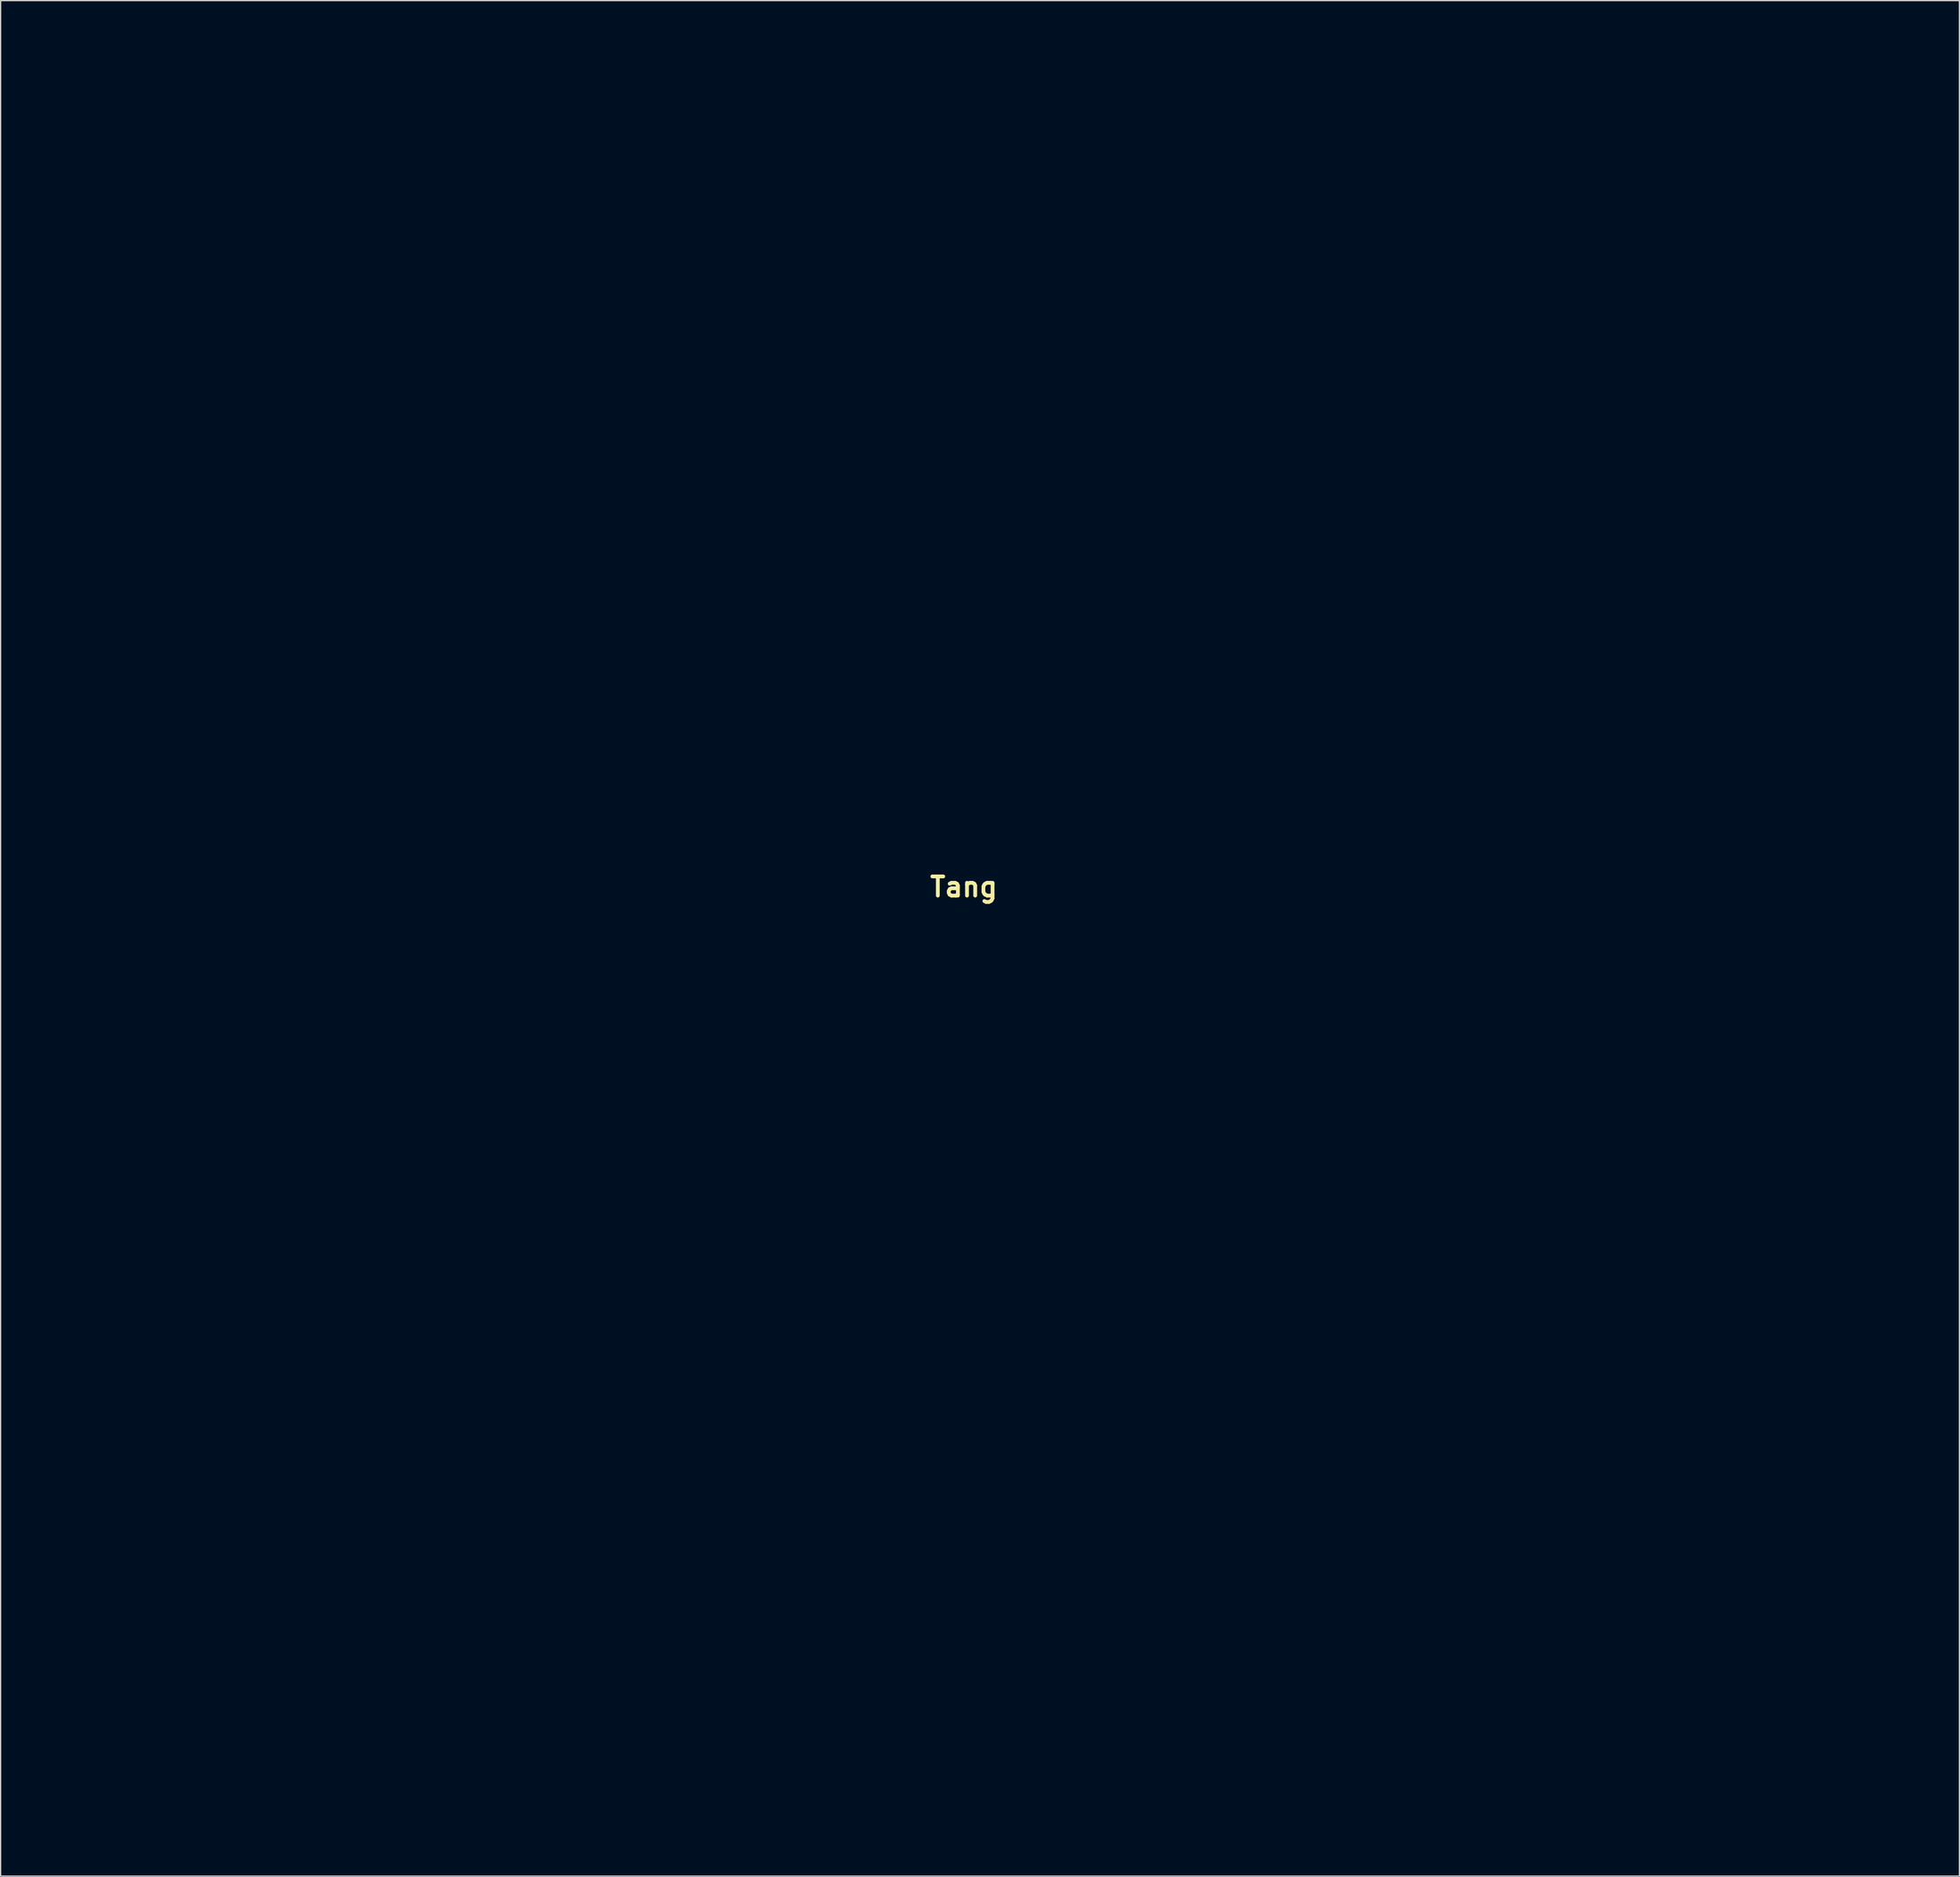
<source format=kicad_pcb>
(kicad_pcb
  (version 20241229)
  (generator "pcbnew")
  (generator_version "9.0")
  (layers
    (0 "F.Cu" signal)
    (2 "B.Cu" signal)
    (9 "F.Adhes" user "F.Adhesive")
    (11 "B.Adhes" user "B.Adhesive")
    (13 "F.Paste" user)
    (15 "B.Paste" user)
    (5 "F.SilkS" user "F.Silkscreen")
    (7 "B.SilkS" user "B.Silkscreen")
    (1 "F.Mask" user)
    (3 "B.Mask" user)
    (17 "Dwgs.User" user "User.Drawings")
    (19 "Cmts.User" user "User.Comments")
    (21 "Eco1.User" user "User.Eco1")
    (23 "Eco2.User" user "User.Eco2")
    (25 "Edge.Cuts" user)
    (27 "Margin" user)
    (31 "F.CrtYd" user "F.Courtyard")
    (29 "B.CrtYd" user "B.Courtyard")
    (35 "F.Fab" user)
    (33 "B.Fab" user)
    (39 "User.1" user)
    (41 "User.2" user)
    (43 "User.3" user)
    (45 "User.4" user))
  (footprint "Tang"
    (layer "F.Cu")
    (at 73.615 67.507)
    (property "Reference" "Tang" (at 0 0 0) (layer "F.SilkS") (effects (font (size 1.524 1.524) (thickness 0.3))))
    (attr through_hole)
    (fp_poly (pts (xy -61.299 -17.23) (xy -61.341 -17.187) (xy -61.383 -17.23) (xy -61.341 -17.272) (xy -61.299 -17.23)) (stroke (width 0.01) (type solid)) (fill no) (layer "Eco2.User"))
    (fp_poly (pts (xy -54.356 -33.655) (xy -54.398 -33.613) (xy -54.441 -33.655) (xy -54.398 -33.697) (xy -54.356 -33.655)) (stroke (width 0.01) (type solid)) (fill no) (layer "Eco2.User"))
    (fp_poly (pts (xy -53.679 19.685) (xy -53.721 19.727) (xy -53.763 19.685) (xy -53.721 19.643) (xy -53.679 19.685)) (stroke (width 0.01) (type solid)) (fill no) (layer "Eco2.User"))
    (fp_poly (pts (xy -52.155 -53.213) (xy -52.197 -53.171) (xy -52.239 -53.213) (xy -52.197 -53.255) (xy -52.155 -53.213)) (stroke (width 0.01) (type solid)) (fill no) (layer "Eco2.User"))
    (fp_poly (pts (xy -51.393 -55.245) (xy -51.435 -55.203) (xy -51.477 -55.245) (xy -51.435 -55.287) (xy -51.393 -55.245)) (stroke (width 0.01) (type solid)) (fill no) (layer "Eco2.User"))
    (fp_poly (pts (xy -45.805 -56.6) (xy -45.847 -56.557) (xy -45.889 -56.6) (xy -45.847 -56.642) (xy -45.805 -56.6)) (stroke (width 0.01) (type solid)) (fill no) (layer "Eco2.User"))
    (fp_poly (pts (xy -45.297 -45.17) (xy -45.339 -45.127) (xy -45.381 -45.17) (xy -45.339 -45.212) (xy -45.297 -45.17)) (stroke (width 0.01) (type solid)) (fill no) (layer "Eco2.User"))
    (fp_poly (pts (xy -44.789 -10.541) (xy -44.831 -10.499) (xy -44.873 -10.541) (xy -44.831 -10.583) (xy -44.789 -10.541)) (stroke (width 0.01) (type solid)) (fill no) (layer "Eco2.User"))
    (fp_poly (pts (xy -43.349 -32.978) (xy -43.392 -32.935) (xy -43.434 -32.978) (xy -43.392 -33.02) (xy -43.349 -32.978)) (stroke (width 0.01) (type solid)) (fill no) (layer "Eco2.User"))
    (fp_poly (pts (xy -40.132 -28.236) (xy -40.174 -28.194) (xy -40.217 -28.236) (xy -40.174 -28.279) (xy -40.132 -28.236)) (stroke (width 0.01) (type solid)) (fill no) (layer "Eco2.User"))
    (fp_poly (pts (xy -36.915 -15.367) (xy -36.957 -15.325) (xy -36.999 -15.367) (xy -36.957 -15.409) (xy -36.915 -15.367)) (stroke (width 0.01) (type solid)) (fill no) (layer "Eco2.User"))
    (fp_poly (pts (xy -36.915 5.038) (xy -36.957 5.08) (xy -36.999 5.038) (xy -36.957 4.995) (xy -36.915 5.038)) (stroke (width 0.01) (type solid)) (fill no) (layer "Eco2.User"))
    (fp_poly (pts (xy -19.981 -57.108) (xy -20.024 -57.065) (xy -20.066 -57.108) (xy -20.024 -57.15) (xy -19.981 -57.108)) (stroke (width 0.01) (type solid)) (fill no) (layer "Eco2.User"))
    (fp_poly (pts (xy -19.304 -58.208) (xy -19.346 -58.166) (xy -19.389 -58.208) (xy -19.346 -58.251) (xy -19.304 -58.208)) (stroke (width 0.01) (type solid)) (fill no) (layer "Eco2.User"))
    (fp_poly (pts (xy -15.748 -33.57) (xy -15.79 -33.528) (xy -15.833 -33.57) (xy -15.79 -33.613) (xy -15.748 -33.57)) (stroke (width 0.01) (type solid)) (fill no) (layer "Eco2.User"))
    (fp_poly (pts (xy -5.503 74.041) (xy -5.546 74.083) (xy -5.588 74.041) (xy -5.546 73.999) (xy -5.503 74.041)) (stroke (width 0.01) (type solid)) (fill no) (layer "Eco2.User"))
    (fp_poly (pts (xy -3.387 -41.614) (xy -3.429 -41.571) (xy -3.471 -41.614) (xy -3.429 -41.656) (xy -3.387 -41.614)) (stroke (width 0.01) (type solid)) (fill no) (layer "Eco2.User"))
    (fp_poly (pts (xy 0 -49.911) (xy -0.042 -49.869) (xy -0.085 -49.911) (xy -0.042 -49.953) (xy 0 -49.911)) (stroke (width 0.01) (type solid)) (fill no) (layer "Eco2.User"))
    (fp_poly (pts (xy 0.254 -49.911) (xy 0.212 -49.869) (xy 0.169 -49.911) (xy 0.212 -49.953) (xy 0.254 -49.911)) (stroke (width 0.01) (type solid)) (fill no) (layer "Eco2.User"))
    (fp_poly (pts (xy 4.318 -41.952) (xy 4.276 -41.91) (xy 4.233 -41.952) (xy 4.276 -41.995) (xy 4.318 -41.952)) (stroke (width 0.01) (type solid)) (fill no) (layer "Eco2.User"))
    (fp_poly (pts (xy 5.757 53.044) (xy 5.715 53.086) (xy 5.673 53.044) (xy 5.715 53.001) (xy 5.757 53.044)) (stroke (width 0.01) (type solid)) (fill no) (layer "Eco2.User"))
    (fp_poly (pts (xy 6.943 -39.158) (xy 6.9 -39.116) (xy 6.858 -39.158) (xy 6.9 -39.201) (xy 6.943 -39.158)) (stroke (width 0.01) (type solid)) (fill no) (layer "Eco2.User"))
    (fp_poly (pts (xy 7.197 -22.648) (xy 7.154 -22.606) (xy 7.112 -22.648) (xy 7.154 -22.691) (xy 7.197 -22.648)) (stroke (width 0.01) (type solid)) (fill no) (layer "Eco2.User"))
    (fp_poly (pts (xy 7.874 -42.291) (xy 7.832 -42.249) (xy 7.789 -42.291) (xy 7.832 -42.333) (xy 7.874 -42.291)) (stroke (width 0.01) (type solid)) (fill no) (layer "Eco2.User"))
    (fp_poly (pts (xy 11.853 72.856) (xy 11.811 72.898) (xy 11.769 72.856) (xy 11.811 72.813) (xy 11.853 72.856)) (stroke (width 0.01) (type solid)) (fill no) (layer "Eco2.User"))
    (fp_poly (pts (xy 16.679 8.594) (xy 16.637 8.636) (xy 16.595 8.594) (xy 16.637 8.551) (xy 16.679 8.594)) (stroke (width 0.01) (type solid)) (fill no) (layer "Eco2.User"))
    (fp_poly (pts (xy 17.357 7.832) (xy 17.314 7.874) (xy 17.272 7.832) (xy 17.314 7.789) (xy 17.357 7.832)) (stroke (width 0.01) (type solid)) (fill no) (layer "Eco2.User"))
    (fp_poly (pts (xy 18.627 -30.438) (xy 18.584 -30.395) (xy 18.542 -30.438) (xy 18.584 -30.48) (xy 18.627 -30.438)) (stroke (width 0.01) (type solid)) (fill no) (layer "Eco2.User"))
    (fp_poly (pts (xy 18.881 6.392) (xy 18.838 6.435) (xy 18.796 6.392) (xy 18.838 6.35) (xy 18.881 6.392)) (stroke (width 0.01) (type solid)) (fill no) (layer "Eco2.User"))
    (fp_poly (pts (xy 22.183 -34.671) (xy 22.14 -34.629) (xy 22.098 -34.671) (xy 22.14 -34.713) (xy 22.183 -34.671)) (stroke (width 0.01) (type solid)) (fill no) (layer "Eco2.User"))
    (fp_poly (pts (xy 25.485 -38.312) (xy 25.442 -38.269) (xy 25.4 -38.312) (xy 25.442 -38.354) (xy 25.485 -38.312)) (stroke (width 0.01) (type solid)) (fill no) (layer "Eco2.User"))
    (fp_poly (pts (xy 25.993 0.889) (xy 25.95 0.931) (xy 25.908 0.889) (xy 25.95 0.847) (xy 25.993 0.889)) (stroke (width 0.01) (type solid)) (fill no) (layer "Eco2.User"))
    (fp_poly (pts (xy 28.787 -37.042) (xy 28.744 -36.999) (xy 28.702 -37.042) (xy 28.744 -37.084) (xy 28.787 -37.042)) (stroke (width 0.01) (type solid)) (fill no) (layer "Eco2.User"))
    (fp_poly (pts (xy 29.464 -4.022) (xy 29.422 -3.979) (xy 29.379 -4.022) (xy 29.422 -4.064) (xy 29.464 -4.022)) (stroke (width 0.01) (type solid)) (fill no) (layer "Eco2.User"))
    (fp_poly (pts (xy 30.226 -11.896) (xy 30.184 -11.853) (xy 30.141 -11.896) (xy 30.184 -11.938) (xy 30.226 -11.896)) (stroke (width 0.01) (type solid)) (fill no) (layer "Eco2.User"))
    (fp_poly (pts (xy 30.311 -11.726) (xy 30.268 -11.684) (xy 30.226 -11.726) (xy 30.268 -11.769) (xy 30.311 -11.726)) (stroke (width 0.01) (type solid)) (fill no) (layer "Eco2.User"))
    (fp_poly (pts (xy 30.903 -41.614) (xy 30.861 -41.571) (xy 30.819 -41.614) (xy 30.861 -41.656) (xy 30.903 -41.614)) (stroke (width 0.01) (type solid)) (fill no) (layer "Eco2.User"))
    (fp_poly (pts (xy 33.02 -14.605) (xy 32.978 -14.563) (xy 32.935 -14.605) (xy 32.978 -14.647) (xy 33.02 -14.605)) (stroke (width 0.01) (type solid)) (fill no) (layer "Eco2.User"))
    (fp_poly (pts (xy 33.613 -15.96) (xy 33.57 -15.917) (xy 33.528 -15.96) (xy 33.57 -16.002) (xy 33.613 -15.96)) (stroke (width 0.01) (type solid)) (fill no) (layer "Eco2.User"))
    (fp_poly (pts (xy 33.697 -15.79) (xy 33.655 -15.748) (xy 33.613 -15.79) (xy 33.655 -15.833) (xy 33.697 -15.79)) (stroke (width 0.01) (type solid)) (fill no) (layer "Eco2.User"))
    (fp_poly (pts (xy 34.205 -41.19) (xy 34.163 -41.148) (xy 34.121 -41.19) (xy 34.163 -41.233) (xy 34.205 -41.19)) (stroke (width 0.01) (type solid)) (fill no) (layer "Eco2.User"))
    (fp_poly (pts (xy 40.301 -44.577) (xy 40.259 -44.535) (xy 40.217 -44.577) (xy 40.259 -44.619) (xy 40.301 -44.577)) (stroke (width 0.01) (type solid)) (fill no) (layer "Eco2.User"))
    (fp_poly (pts (xy 40.386 -47.71) (xy 40.344 -47.667) (xy 40.301 -47.71) (xy 40.344 -47.752) (xy 40.386 -47.71)) (stroke (width 0.01) (type solid)) (fill no) (layer "Eco2.User"))
    (fp_poly (pts (xy 40.979 -44.746) (xy 40.936 -44.704) (xy 40.894 -44.746) (xy 40.936 -44.789) (xy 40.979 -44.746)) (stroke (width 0.01) (type solid)) (fill no) (layer "Eco2.User"))
    (fp_poly (pts (xy 43.011 -14.859) (xy 42.968 -14.817) (xy 42.926 -14.859) (xy 42.968 -14.901) (xy 43.011 -14.859)) (stroke (width 0.01) (type solid)) (fill no) (layer "Eco2.User"))
    (fp_poly (pts (xy 43.773 -49.149) (xy 43.73 -49.107) (xy 43.688 -49.149) (xy 43.73 -49.191) (xy 43.773 -49.149)) (stroke (width 0.01) (type solid)) (fill no) (layer "Eco2.User"))
    (fp_poly (pts (xy 44.365 -15.621) (xy 44.323 -15.579) (xy 44.281 -15.621) (xy 44.323 -15.663) (xy 44.365 -15.621)) (stroke (width 0.01) (type solid)) (fill no) (layer "Eco2.User"))
    (fp_poly (pts (xy 46.736 -30.184) (xy 46.694 -30.141) (xy 46.651 -30.184) (xy 46.694 -30.226) (xy 46.736 -30.184)) (stroke (width 0.01) (type solid)) (fill no) (layer "Eco2.User"))
    (fp_poly (pts (xy 47.583 -13.928) (xy 47.54 -13.885) (xy 47.498 -13.928) (xy 47.54 -13.97) (xy 47.583 -13.928)) (stroke (width 0.01) (type solid)) (fill no) (layer "Eco2.User"))
    (fp_poly (pts (xy 55.287 -33.486) (xy 55.245 -33.443) (xy 55.203 -33.486) (xy 55.245 -33.528) (xy 55.287 -33.486)) (stroke (width 0.01) (type solid)) (fill no) (layer "Eco2.User"))
    (fp_poly (pts (xy 55.88 -28.236) (xy 55.838 -28.194) (xy 55.795 -28.236) (xy 55.838 -28.279) (xy 55.88 -28.236)) (stroke (width 0.01) (type solid)) (fill no) (layer "Eco2.User"))
    (fp_poly (pts (xy 64.77 -40.767) (xy 64.728 -40.725) (xy 64.685 -40.767) (xy 64.728 -40.809) (xy 64.77 -40.767)) (stroke (width 0.01) (type solid)) (fill no) (layer "Eco2.User"))
    (fp_poly (pts (xy 70.612 -39.751) (xy 70.57 -39.709) (xy 70.527 -39.751) (xy 70.57 -39.793) (xy 70.612 -39.751)) (stroke (width 0.01) (type solid)) (fill no) (layer "Eco2.User"))
    (fp_poly (pts (xy 70.781 -39.92) (xy 70.739 -39.878) (xy 70.697 -39.92) (xy 70.739 -39.963) (xy 70.781 -39.92)) (stroke (width 0.01) (type solid)) (fill no) (layer "Eco2.User"))
    (fp_poly (pts (xy 71.459 -40.598) (xy 71.416 -40.555) (xy 71.374 -40.598) (xy 71.416 -40.64) (xy 71.459 -40.598)) (stroke (width 0.01) (type solid)) (fill no) (layer "Eco2.User"))
    (fp_poly (pts (xy 72.221 -42.206) (xy 72.178 -42.164) (xy 72.136 -42.206) (xy 72.178 -42.249) (xy 72.221 -42.206)) (stroke (width 0.01) (type solid)) (fill no) (layer "Eco2.User"))
    (fp_poly (pts (xy -51.843 -45.736) (xy -51.833 -45.604) (xy -51.85 -45.574) (xy -51.888 -45.599) (xy -51.894 -45.685) (xy -51.873 -45.775) (xy -51.843 -45.736)) (stroke (width 0.01) (type solid)) (fill no) (layer "Eco2.User"))
    (fp_poly (pts (xy 5.136 52.606) (xy 5.147 52.707) (xy 5.136 52.719) (xy 5.086 52.707) (xy 5.08 52.663) (xy 5.111 52.593) (xy 5.136 52.606)) (stroke (width 0.01) (type solid)) (fill no) (layer "Eco2.User"))
    (fp_poly (pts (xy 5.39 51.421) (xy 5.401 51.521) (xy 5.39 51.534) (xy 5.34 51.522) (xy 5.334 51.477) (xy 5.365 51.408) (xy 5.39 51.421)) (stroke (width 0.01) (type solid)) (fill no) (layer "Eco2.User"))
    (fp_poly (pts (xy 5.729 53.961) (xy 5.739 54.061) (xy 5.729 54.074) (xy 5.679 54.062) (xy 5.673 54.017) (xy 5.704 53.948) (xy 5.729 53.961)) (stroke (width 0.01) (type solid)) (fill no) (layer "Eco2.User"))
    (fp_poly (pts (xy 10.64 28.222) (xy 10.65 28.323) (xy 10.64 28.335) (xy 10.589 28.323) (xy 10.583 28.279) (xy 10.614 28.209) (xy 10.64 28.222)) (stroke (width 0.01) (type solid)) (fill no) (layer "Eco2.User"))
    (fp_poly (pts (xy 14.534 -42.559) (xy 14.523 -42.509) (xy 14.478 -42.503) (xy 14.408 -42.534) (xy 14.422 -42.559) (xy 14.522 -42.569) (xy 14.534 -42.559)) (stroke (width 0.01) (type solid)) (fill no) (layer "Eco2.User"))
    (fp_poly (pts (xy -51.758 -45.157) (xy -51.774 -45.127) (xy -51.853 -45.046) (xy -51.868 -45.043) (xy -51.874 -45.097) (xy -51.858 -45.127) (xy -51.779 -45.208) (xy -51.764 -45.212) (xy -51.758 -45.157)) (stroke (width 0.01) (type solid)) (fill no) (layer "Eco2.User"))
    (fp_poly (pts (xy 5.412 52.286) (xy 5.419 52.314) (xy 5.357 52.434) (xy 5.334 52.451) (xy 5.256 52.447) (xy 5.249 52.419) (xy 5.311 52.299) (xy 5.334 52.282) (xy 5.412 52.286)) (stroke (width 0.01) (type solid)) (fill no) (layer "Eco2.User"))
    (fp_poly (pts (xy 47.919 -17.8) (xy 47.921 -17.78) (xy 47.857 -17.698) (xy 47.837 -17.695) (xy 47.754 -17.76) (xy 47.752 -17.78) (xy 47.816 -17.862) (xy 47.837 -17.865) (xy 47.919 -17.8)) (stroke (width 0.01) (type solid)) (fill no) (layer "Eco2.User"))
    (fp_poly (pts (xy 51.874 -32.119) (xy 51.858 -32.089) (xy 51.779 -32.008) (xy 51.764 -32.004) (xy 51.758 -32.059) (xy 51.774 -32.089) (xy 51.853 -32.17) (xy 51.868 -32.173) (xy 51.874 -32.119)) (stroke (width 0.01) (type solid)) (fill no) (layer "Eco2.User"))
    (fp_poly (pts (xy 60.079 -26.375) (xy 60.071 -26.331) (xy 59.963 -26.25) (xy 59.939 -26.247) (xy 59.862 -26.311) (xy 59.859 -26.331) (xy 59.928 -26.406) (xy 59.991 -26.416) (xy 60.079 -26.375)) (stroke (width 0.01) (type solid)) (fill no) (layer "Eco2.User"))
    (fp_poly (pts (xy 76.175 -29.401) (xy 76.189 -29.154) (xy 76.175 -29.02) (xy 76.154 -28.979) (xy 76.141 -29.086) (xy 76.138 -29.21) (xy 76.145 -29.393) (xy 76.162 -29.443) (xy 76.175 -29.401)) (stroke (width 0.01) (type solid)) (fill no) (layer "Eco2.User"))
    (fp_poly (pts (xy -69.276 -40.179) (xy -69.263 -40.068) (xy -69.355 -39.934) (xy -69.506 -39.831) (xy -69.583 -39.809) (xy -69.725 -39.814) (xy -69.763 -39.851) (xy -69.699 -39.95) (xy -69.557 -40.067) (xy -69.399 -40.159) (xy -69.287 -40.185) (xy -69.276 -40.179)) (stroke (width 0.01) (type solid)) (fill no) (layer "Eco2.User"))
    (fp_poly (pts (xy -23.727 -67.464) (xy -23.641 -67.282) (xy -23.621 -67.067) (xy -23.602 -66.768) (xy -23.555 -66.528) (xy -23.49 -66.393) (xy -23.46 -66.379) (xy -23.395 -66.448) (xy -23.281 -66.629) (xy -23.153 -66.865) (xy -22.962 -67.185) (xy -22.793 -67.349) (xy -22.633 -67.365) (xy -22.489 -67.266) (xy -22.364 -67.045) (xy -22.407 -66.799) (xy -22.554 -66.593) (xy -22.679 -66.424) (xy -22.781 -66.198) (xy -22.871 -65.884) (xy -22.957 -65.454) (xy -23.03 -64.994) (xy -23.074 -64.662) (xy -23.086 -64.41) (xy -23.061 -64.175) (xy -22.993 -63.893) (xy -22.905 -63.597) (xy -22.797 -63.255) (xy -22.701 -62.967) (xy -22.631 -62.777) (xy -22.613 -62.737) (xy -22.542 -62.561) (xy -22.451 -62.278) (xy -22.356 -61.947) (xy -22.275 -61.626) (xy -22.228 -61.404) (xy -22.171 -61.169) (xy -22.075 -60.86) (xy -22.005 -60.66) (xy -21.86 -60.079) (xy -21.815 -59.517) (xy -21.804 -59.178) (xy -21.781 -58.976) (xy -21.739 -58.875) (xy -21.669 -58.845) (xy -21.648 -58.844) (xy -21.519 -58.87) (xy -21.267 -58.941) (xy -20.925 -59.046) (xy -20.523 -59.175) (xy -20.094 -59.318) (xy -19.668 -59.463) (xy -19.277 -59.6) (xy -18.952 -59.72) (xy -18.725 -59.81) (xy -18.627 -59.86) (xy -18.627 -59.861) (xy -18.428 -60.128) (xy -18.165 -60.438) (xy -17.863 -60.767) (xy -17.548 -61.089) (xy -17.245 -61.379) (xy -16.979 -61.612) (xy -16.775 -61.763) (xy -16.671 -61.807) (xy -16.611 -61.74) (xy -16.619 -61.568) (xy -16.684 -61.336) (xy -16.793 -61.088) (xy -16.918 -60.89) (xy -17.143 -60.595) (xy -16.824 -60.655) (xy -16.527 -60.742) (xy -16.233 -60.875) (xy -16.211 -60.888) (xy -16.03 -60.978) (xy -15.926 -60.996) (xy -15.917 -60.981) (xy -15.995 -60.841) (xy -16.218 -60.664) (xy -16.569 -60.463) (xy -16.595 -60.451) (xy -16.872 -60.301) (xy -17.184 -60.117) (xy -17.49 -59.924) (xy -17.749 -59.748) (xy -17.922 -59.614) (xy -17.965 -59.57) (xy -17.985 -59.434) (xy -17.973 -59.406) (xy -17.98 -59.366) (xy -18.02 -59.385) (xy -18.138 -59.368) (xy -18.344 -59.256) (xy -18.608 -59.072) (xy -18.9 -58.841) (xy -19.187 -58.589) (xy -19.441 -58.34) (xy -19.63 -58.119) (xy -19.679 -58.046) (xy -19.977 -57.555) (xy -20.2 -57.192) (xy -20.36 -56.937) (xy -20.467 -56.772) (xy -20.534 -56.68) (xy -20.571 -56.642) (xy -20.65 -56.544) (xy -20.758 -56.36) (xy -20.774 -56.328) (xy -20.855 -56.145) (xy -20.868 -55.994) (xy -20.811 -55.796) (xy -20.771 -55.693) (xy -20.675 -55.467) (xy -20.598 -55.316) (xy -20.577 -55.287) (xy -20.523 -55.193) (xy -20.428 -54.984) (xy -20.309 -54.701) (xy -20.29 -54.652) (xy -20.157 -54.322) (xy -20.031 -54.02) (xy -19.939 -53.81) (xy -19.937 -53.806) (xy -19.85 -53.603) (xy -19.726 -53.303) (xy -19.591 -52.965) (xy -19.572 -52.917) (xy -19.195 -51.974) (xy -18.831 -51.096) (xy -18.738 -50.866) (xy -18.649 -50.621) (xy -18.561 -50.345) (xy -18.467 -50.017) (xy -18.364 -49.62) (xy -18.246 -49.134) (xy -18.109 -48.54) (xy -17.948 -47.82) (xy -17.757 -46.955) (xy -17.737 -46.863) (xy -17.599 -46.237) (xy -17.479 -45.716) (xy -17.364 -45.238) (xy -17.238 -44.741) (xy -17.087 -44.164) (xy -17.073 -44.111) (xy -16.889 -43.297) (xy -16.798 -42.596) (xy -16.802 -42.019) (xy -16.882 -41.626) (xy -16.964 -41.291) (xy -17.013 -40.913) (xy -17.018 -40.77) (xy -17.027 -40.452) (xy -17.068 -40.215) (xy -17.167 -40.028) (xy -17.347 -39.862) (xy -17.631 -39.686) (xy -18.044 -39.471) (xy -18.068 -39.459) (xy -18.45 -39.264) (xy -18.704 -39.124) (xy -18.857 -39.017) (xy -18.935 -38.923) (xy -18.962 -38.822) (xy -18.964 -38.744) (xy -18.953 -38.596) (xy -18.92 -38.386) (xy -18.859 -38.095) (xy -18.766 -37.705) (xy -18.638 -37.198) (xy -18.469 -36.555) (xy -18.374 -36.195) (xy -18.268 -35.788) (xy -18.175 -35.412) (xy -18.107 -35.115) (xy -18.078 -34.967) (xy -18.03 -34.733) (xy -17.952 -34.408) (xy -17.865 -34.078) (xy -17.758 -33.688) (xy -17.644 -33.275) (xy -17.566 -32.99) (xy -17.431 -32.494) (xy -17.055 -32.551) (xy -16.743 -32.614) (xy -16.387 -32.709) (xy -16.242 -32.756) (xy -15.806 -32.904) (xy -15.6 -33.576) (xy -15.391 -34.219) (xy -15.171 -34.808) (xy -14.921 -35.381) (xy -14.625 -35.975) (xy -14.263 -36.63) (xy -13.82 -37.38) (xy -13.524 -37.851) (xy -13.227 -38.289) (xy -12.953 -38.659) (xy -12.727 -38.928) (xy -12.665 -38.991) (xy -12.59 -39.088) (xy -6.322 -39.088) (xy -6.31 -39.037) (xy -6.265 -39.031) (xy -6.196 -39.062) (xy -6.209 -39.088) (xy -6.309 -39.098) (xy -6.322 -39.088) (xy -12.59 -39.088) (xy -12.522 -39.175) (xy -12.338 -39.492) (xy -12.206 -39.751) (xy -12.099 -39.946) (xy -11.931 -40.225) (xy -11.737 -40.532) (xy -11.714 -40.567) (xy -11.54 -40.842) (xy -11.41 -41.068) (xy -11.348 -41.205) (xy -11.345 -41.219) (xy -11.305 -41.327) (xy -11.197 -41.545) (xy -11.04 -41.836) (xy -10.922 -42.045) (xy -10.744 -42.358) (xy -10.603 -42.612) (xy -10.517 -42.775) (xy -10.499 -42.816) (xy -10.453 -42.908) (xy -10.333 -43.094) (xy -10.17 -43.334) (xy -9.991 -43.586) (xy -9.825 -43.81) (xy -9.7 -43.964) (xy -9.676 -43.99) (xy -9.537 -44.15) (xy -9.357 -44.384) (xy -9.166 -44.651) (xy -8.992 -44.91) (xy -8.862 -45.122) (xy -8.805 -45.244) (xy -8.804 -45.25) (xy -8.757 -45.383) (xy -8.629 -45.627) (xy -8.438 -45.954) (xy -8.202 -46.336) (xy -7.938 -46.746) (xy -7.664 -47.156) (xy -7.397 -47.539) (xy -7.154 -47.867) (xy -7.045 -48.006) (xy -6.85 -48.255) (xy -6.697 -48.466) (xy -6.62 -48.593) (xy -6.62 -48.595) (xy -6.588 -48.662) (xy -6.536 -48.746) (xy -6.453 -48.855) (xy -6.331 -49) (xy -6.161 -49.19) (xy -5.935 -49.433) (xy -5.644 -49.739) (xy -5.278 -50.118) (xy -4.83 -50.579) (xy -4.29 -51.13) (xy -3.65 -51.783) (xy -2.901 -52.545) (xy -2.794 -52.653) (xy -2.444 -53.011) (xy -2.073 -53.395) (xy -1.733 -53.75) (xy -1.544 -53.95) (xy -1.219 -54.284) (xy -0.898 -54.59) (xy -0.608 -54.846) (xy -0.375 -55.029) (xy -0.224 -55.116) (xy -0.203 -55.12) (xy -0.089 -55.169) (xy 0.082 -55.285) (xy 0.085 -55.287) (xy 0.287 -55.419) (xy 0.433 -55.426) (xy 0.558 -55.295) (xy 0.677 -55.057) (xy 0.797 -54.642) (xy 0.855 -54.121) (xy 0.852 -53.544) (xy 0.788 -52.962) (xy 0.667 -52.424) (xy 0.583 -52.182) (xy 0.488 -51.947) (xy 0.417 -51.774) (xy 0.36 -51.606) (xy 0.279 -51.335) (xy 0.202 -51.054) (xy 0.092 -50.697) (xy -0.044 -50.345) (xy -0.143 -50.136) (xy -0.293 -49.825) (xy -0.472 -49.396) (xy -0.664 -48.894) (xy -0.852 -48.363) (xy -1.022 -47.848) (xy -1.155 -47.395) (xy -1.193 -47.247) (xy -1.299 -46.86) (xy -1.45 -46.362) (xy -1.631 -45.798) (xy -1.828 -45.216) (xy -2.025 -44.661) (xy -2.184 -44.238) (xy -2.344 -43.838) (xy -2.493 -43.495) (xy -2.65 -43.178) (xy -2.832 -42.852) (xy -3.058 -42.486) (xy -3.347 -42.046) (xy -3.697 -41.529) (xy -3.887 -41.286) (xy -4.166 -40.976) (xy -4.491 -40.638) (xy -4.824 -40.316) (xy -5.122 -40.049) (xy -5.276 -39.927) (xy -5.454 -39.78) (xy -5.546 -39.67) (xy -5.547 -39.639) (xy -5.46 -39.644) (xy -5.435 -39.671) (xy -5.251 -39.828) (xy -4.907 -40.007) (xy -4.411 -40.205) (xy -3.771 -40.419) (xy -2.994 -40.646) (xy -2.231 -40.848) (xy -1.478 -41.034) (xy -0.846 -41.177) (xy -0.296 -41.282) (xy 0.213 -41.357) (xy 0.72 -41.408) (xy 1.266 -41.442) (xy 1.439 -41.45) (xy 1.999 -41.472) (xy 2.421 -41.496) (xy 2.737 -41.533) (xy 2.98 -41.593) (xy 3.181 -41.687) (xy 3.372 -41.828) (xy 3.584 -42.026) (xy 3.85 -42.291) (xy 3.854 -42.295) (xy 4.21 -42.642) (xy 4.465 -42.87) (xy 4.631 -42.987) (xy 4.719 -43.002) (xy 4.741 -42.938) (xy 4.687 -42.833) (xy 4.555 -42.676) (xy 4.542 -42.662) (xy 4.309 -42.416) (xy 4.074 -42.15) (xy 3.866 -41.898) (xy 3.713 -41.695) (xy 3.642 -41.576) (xy 3.641 -41.566) (xy 3.72 -41.516) (xy 3.937 -41.49) (xy 4.265 -41.486) (xy 4.675 -41.502) (xy 5.139 -41.536) (xy 5.627 -41.585) (xy 6.113 -41.648) (xy 6.566 -41.722) (xy 6.959 -41.804) (xy 7.046 -41.827) (xy 7.802 -42.031) (xy 8.507 -42.226) (xy 9.14 -42.405) (xy 9.682 -42.562) (xy 10.114 -42.693) (xy 10.415 -42.79) (xy 10.541 -42.837) (xy 10.702 -42.895) (xy 10.972 -42.982) (xy 11.297 -43.08) (xy 11.345 -43.094) (xy 11.691 -43.199) (xy 12.008 -43.303) (xy 12.231 -43.386) (xy 12.244 -43.391) (xy 12.452 -43.465) (xy 12.785 -43.563) (xy 13.205 -43.677) (xy 13.671 -43.796) (xy 14.143 -43.91) (xy 14.582 -44.008) (xy 14.633 -44.018) (xy 14.928 -44.061) (xy 15.323 -44.093) (xy 15.745 -44.11) (xy 15.884 -44.111) (xy 16.325 -44.099) (xy 16.608 -44.058) (xy 16.743 -43.981) (xy 16.739 -43.86) (xy 16.608 -43.687) (xy 16.536 -43.615) (xy 16.214 -43.385) (xy 15.73 -43.153) (xy 15.091 -42.921) (xy 14.304 -42.693) (xy 13.465 -42.489) (xy 12.93 -42.369) (xy 12.401 -42.247) (xy 11.922 -42.135) (xy 11.534 -42.041) (xy 11.345 -41.994) (xy 11.009 -41.908) (xy 10.711 -41.832) (xy 10.512 -41.782) (xy 10.499 -41.779) (xy 10.261 -41.707) (xy 10.118 -41.653) (xy 9.924 -41.571) (xy 9.677 -41.471) (xy 9.652 -41.461) (xy 9.391 -41.324) (xy 9.039 -41.092) (xy 8.626 -40.788) (xy 8.183 -40.435) (xy 7.741 -40.057) (xy 7.43 -39.772) (xy 7.257 -39.624) (xy 7.132 -39.544) (xy 7.113 -39.539) (xy 7.016 -39.476) (xy 7.013 -39.471) (xy 6.925 -39.369) (xy 6.719 -39.186) (xy 6.418 -38.938) (xy 6.042 -38.641) (xy 5.613 -38.311) (xy 5.153 -37.965) (xy 4.683 -37.618) (xy 4.225 -37.286) (xy 3.799 -36.987) (xy 3.427 -36.735) (xy 3.175 -36.575) (xy 2.921 -36.419) (xy 2.713 -36.29) (xy 2.625 -36.234) (xy 2.169 -35.966) (xy 1.628 -35.689) (xy 1.067 -35.434) (xy 0.553 -35.233) (xy 0.376 -35.175) (xy 0.029 -35.059) (xy -0.266 -34.942) (xy -0.464 -34.842) (xy -0.507 -34.81) (xy -0.691 -34.613) (xy -0.928 -34.338) (xy -1.196 -34.009) (xy -1.479 -33.653) (xy -1.754 -33.294) (xy -2.005 -32.958) (xy -2.21 -32.67) (xy -2.35 -32.455) (xy -2.406 -32.34) (xy -2.405 -32.33) (xy -2.394 -32.27) (xy -2.425 -32.282) (xy -2.496 -32.304) (xy -2.58 -32.269) (xy -2.696 -32.155) (xy -2.864 -31.944) (xy -3.105 -31.614) (xy -3.129 -31.581) (xy -3.336 -31.299) (xy -3.511 -31.075) (xy -3.627 -30.941) (xy -3.655 -30.917) (xy -3.724 -30.821) (xy -3.725 -30.805) (xy -3.773 -30.704) (xy -3.9 -30.504) (xy -4.084 -30.24) (xy -4.177 -30.114) (xy -4.413 -29.795) (xy -4.709 -29.394) (xy -5.025 -28.966) (xy -5.281 -28.617) (xy -5.535 -28.272) (xy -5.76 -27.969) (xy -5.933 -27.738) (xy -6.032 -27.609) (xy -6.038 -27.601) (xy -6.228 -27.359) (xy -6.394 -27.127) (xy -6.554 -26.871) (xy -6.728 -26.559) (xy -6.936 -26.157) (xy -7.165 -25.696) (xy -7.347 -25.331) (xy -7.519 -24.988) (xy -7.657 -24.718) (xy -7.705 -24.626) (xy -7.823 -24.379) (xy -7.964 -24.051) (xy -8.072 -23.779) (xy -8.149 -23.584) (xy -8.247 -23.351) (xy -8.373 -23.066) (xy -8.536 -22.711) (xy -8.742 -22.271) (xy -8.999 -21.73) (xy -9.315 -21.071) (xy -9.697 -20.278) (xy -9.758 -20.152) (xy -9.975 -19.72) (xy -10.216 -19.272) (xy -10.444 -18.871) (xy -10.566 -18.671) (xy -10.76 -18.383) (xy -11.008 -18.038) (xy -11.281 -17.671) (xy -11.553 -17.318) (xy -11.798 -17.013) (xy -11.987 -16.793) (xy -12.058 -16.722) (xy -12.149 -16.627) (xy -12.326 -16.435) (xy -12.56 -16.176) (xy -12.773 -15.938) (xy -13.048 -15.623) (xy -13.225 -15.402) (xy -13.319 -15.244) (xy -13.35 -15.121) (xy -13.336 -15.007) (xy -13.275 -14.748) (xy -13.237 -14.565) (xy -13.179 -14.369) (xy -13.126 -14.269) (xy -13.08 -14.157) (xy -13.004 -13.915) (xy -12.909 -13.577) (xy -12.804 -13.177) (xy -12.791 -13.123) (xy -12.672 -12.654) (xy -12.549 -12.179) (xy -12.436 -11.757) (xy -12.356 -11.472) (xy -12.251 -11.09) (xy -12.132 -10.634) (xy -12.024 -10.199) (xy -12.015 -10.16) (xy -11.923 -9.772) (xy -11.808 -9.289) (xy -11.687 -8.78) (xy -11.602 -8.424) (xy -11.493 -7.942) (xy -11.389 -7.434) (xy -11.303 -6.969) (xy -11.258 -6.689) (xy -11.204 -6.33) (xy -11.148 -6.014) (xy -11.1 -5.795) (xy -11.089 -5.757) (xy -11.043 -5.577) (xy -10.978 -5.285) (xy -10.908 -4.934) (xy -10.888 -4.826) (xy -10.812 -4.418) (xy -10.734 -4.002) (xy -10.67 -3.659) (xy -10.663 -3.619) (xy -10.605 -3.36) (xy -10.549 -3.186) (xy -10.514 -3.138) (xy -10.436 -3.2) (xy -10.28 -3.362) (xy -10.076 -3.592) (xy -10.013 -3.667) (xy -9.759 -3.965) (xy -9.506 -4.259) (xy -9.305 -4.487) (xy -9.293 -4.501) (xy -9.071 -4.753) (xy -8.867 -4.988) (xy -8.644 -5.253) (xy -8.362 -5.595) (xy -8.297 -5.673) (xy -7.983 -6.055) (xy -7.752 -6.332) (xy -7.58 -6.533) (xy -7.443 -6.685) (xy -7.317 -6.816) (xy -7.235 -6.899) (xy -7.064 -7.077) (xy -6.824 -7.341) (xy -6.555 -7.644) (xy -6.43 -7.788) (xy -6.145 -8.115) (xy -5.855 -8.445) (xy -5.606 -8.722) (xy -5.531 -8.804) (xy -5.302 -9.06) (xy -5.089 -9.31) (xy -4.984 -9.44) (xy -4.803 -9.66) (xy -4.576 -9.913) (xy -4.491 -10.003) (xy -4.278 -10.229) (xy -4.014 -10.519) (xy -3.768 -10.796) (xy -3.527 -11.069) (xy -3.301 -11.323) (xy -3.136 -11.505) (xy -3.133 -11.508) (xy -2.584 -12.1) (xy -2.029 -12.697) (xy -1.493 -13.271) (xy -1 -13.797) (xy -0.576 -14.247) (xy -0.282 -14.557) (xy 0.01 -14.865) (xy 0.276 -15.148) (xy 0.484 -15.373) (xy 0.593 -15.494) (xy 0.723 -15.637) (xy 0.954 -15.883) (xy 1.267 -16.214) (xy 1.647 -16.611) (xy 2.074 -17.057) (xy 2.531 -17.532) (xy 3.002 -18.019) (xy 3.467 -18.499) (xy 3.91 -18.954) (xy 4.313 -19.367) (xy 4.53 -19.587) (xy 4.996 -20.054) (xy 5.499 -20.55) (xy 6.025 -21.06) (xy 6.556 -21.57) (xy 7.078 -22.064) (xy 7.574 -22.528) (xy 8.03 -22.947) (xy 8.429 -23.308) (xy 8.756 -23.594) (xy 8.995 -23.792) (xy 9.13 -23.887) (xy 9.136 -23.89) (xy 9.275 -23.99) (xy 9.492 -24.198) (xy 9.765 -24.486) (xy 10.07 -24.827) (xy 10.383 -25.195) (xy 10.679 -25.562) (xy 10.936 -25.902) (xy 11.001 -25.994) (xy 11.399 -26.573) (xy 11.701 -27.025) (xy 11.905 -27.347) (xy 12.009 -27.537) (xy 12.023 -27.584) (xy 12.076 -27.681) (xy 12.211 -27.853) (xy 12.319 -27.976) (xy 12.489 -28.181) (xy 12.596 -28.349) (xy 12.615 -28.41) (xy 12.678 -28.532) (xy 12.83 -28.68) (xy 12.848 -28.694) (xy 13.068 -28.869) (xy 13.25 -29.031) (xy 13.638 -29.36) (xy 14.108 -29.692) (xy 14.584 -29.975) (xy 14.747 -30.057) (xy 15.021 -30.191) (xy 15.241 -30.305) (xy 15.346 -30.368) (xy 15.473 -30.439) (xy 15.705 -30.555) (xy 15.993 -30.691) (xy 16.002 -30.695) (xy 16.279 -30.825) (xy 16.49 -30.931) (xy 16.593 -30.992) (xy 16.595 -30.994) (xy 16.698 -31.054) (xy 16.926 -31.157) (xy 17.243 -31.288) (xy 17.613 -31.432) (xy 17.653 -31.447) (xy 17.847 -31.536) (xy 18.129 -31.686) (xy 18.444 -31.868) (xy 18.5 -31.901) (xy 19.278 -32.381) (xy 19.963 -32.817) (xy 20.541 -33.201) (xy 20.999 -33.524) (xy 21.324 -33.778) (xy 21.378 -33.825) (xy 21.624 -34.041) (xy 21.862 -34.242) (xy 21.951 -34.315) (xy 22.123 -34.477) (xy 22.347 -34.721) (xy 22.576 -34.995) (xy 22.577 -34.997) (xy 22.797 -35.269) (xy 23 -35.511) (xy 23.145 -35.672) (xy 23.147 -35.675) (xy 23.282 -35.824) (xy 23.485 -36.062) (xy 23.721 -36.347) (xy 23.806 -36.45) (xy 24.057 -36.752) (xy 24.303 -37.033) (xy 24.5 -37.245) (xy 24.544 -37.287) (xy 24.691 -37.457) (xy 24.754 -37.589) (xy 24.749 -37.618) (xy 24.752 -37.662) (xy 24.798 -37.64) (xy 24.914 -37.66) (xy 25.121 -37.788) (xy 25.37 -37.987) (xy 25.615 -38.19) (xy 25.899 -38.41) (xy 26.186 -38.621) (xy 26.44 -38.797) (xy 26.627 -38.914) (xy 26.705 -38.947) (xy 26.784 -38.991) (xy 26.971 -39.11) (xy 27.233 -39.282) (xy 27.402 -39.396) (xy 27.803 -39.653) (xy 28.257 -39.924) (xy 28.678 -40.157) (xy 28.744 -40.192) (xy 29.361 -40.508) (xy 29.846 -40.759) (xy 30.219 -40.955) (xy 30.5 -41.107) (xy 30.707 -41.225) (xy 30.862 -41.32) (xy 30.983 -41.403) (xy 31.033 -41.441) (xy 31.22 -41.574) (xy 31.348 -41.65) (xy 31.368 -41.656) (xy 31.461 -41.703) (xy 31.636 -41.823) (xy 31.734 -41.897) (xy 31.991 -42.093) (xy 32.373 -42.381) (xy 32.868 -42.753) (xy 33.465 -43.2) (xy 33.75 -43.413) (xy 33.964 -43.566) (xy 34.121 -43.666) (xy 34.171 -43.688) (xy 34.265 -43.737) (xy 34.432 -43.859) (xy 34.49 -43.905) (xy 34.773 -44.126) (xy 35.163 -44.417) (xy 35.628 -44.754) (xy 36.133 -45.112) (xy 36.645 -45.469) (xy 37.131 -45.8) (xy 37.253 -45.882) (xy 37.603 -46.116) (xy 37.907 -46.323) (xy 38.134 -46.482) (xy 38.254 -46.571) (xy 38.257 -46.574) (xy 38.41 -46.676) (xy 38.655 -46.809) (xy 38.94 -46.947) (xy 39.213 -47.067) (xy 39.422 -47.144) (xy 39.498 -47.159) (xy 39.61 -47.196) (xy 39.624 -47.226) (xy 39.698 -47.285) (xy 39.886 -47.364) (xy 40.026 -47.409) (xy 40.253 -47.477) (xy 40.459 -47.547) (xy 40.695 -47.639) (xy 41.009 -47.769) (xy 41.233 -47.865) (xy 41.439 -47.947) (xy 41.756 -48.065) (xy 42.132 -48.201) (xy 42.376 -48.287) (xy 42.795 -48.439) (xy 43.216 -48.599) (xy 43.574 -48.744) (xy 43.715 -48.804) (xy 44.033 -48.931) (xy 44.343 -49.03) (xy 44.519 -49.068) (xy 44.782 -49.109) (xy 45.003 -49.149) (xy 45.016 -49.152) (xy 45.198 -49.164) (xy 45.244 -49.105) (xy 45.162 -48.991) (xy 44.96 -48.842) (xy 44.855 -48.78) (xy 44.526 -48.596) (xy 44.15 -48.385) (xy 43.908 -48.248) (xy 43.578 -48.024) (xy 43.177 -47.696) (xy 42.738 -47.295) (xy 42.294 -46.849) (xy 41.877 -46.39) (xy 41.772 -46.266) (xy 41.542 -45.991) (xy 41.317 -45.721) (xy 41.191 -45.569) (xy 40.98 -45.359) (xy 40.671 -45.103) (xy 40.313 -44.837) (xy 39.956 -44.598) (xy 39.666 -44.432) (xy 39.477 -44.332) (xy 39.19 -44.178) (xy 38.859 -43.996) (xy 38.735 -43.927) (xy 38.397 -43.744) (xy 38.082 -43.581) (xy 37.842 -43.465) (xy 37.784 -43.44) (xy 37.617 -43.346) (xy 37.559 -43.255) (xy 37.564 -43.242) (xy 37.563 -43.194) (xy 37.527 -43.21) (xy 37.398 -43.215) (xy 37.199 -43.161) (xy 37.008 -43.076) (xy 36.915 -43.004) (xy 36.823 -42.937) (xy 36.629 -42.819) (xy 36.449 -42.717) (xy 36.031 -42.483) (xy 35.622 -42.252) (xy 35.25 -42.038) (xy 34.942 -41.857) (xy 34.726 -41.727) (xy 34.63 -41.662) (xy 34.629 -41.661) (xy 34.535 -41.597) (xy 34.343 -41.485) (xy 34.205 -41.409) (xy 33.893 -41.231) (xy 33.574 -41.034) (xy 33.486 -40.976) (xy 33.188 -40.79) (xy 32.858 -40.603) (xy 32.766 -40.556) (xy 32.538 -40.434) (xy 32.381 -40.337) (xy 32.343 -40.306) (xy 32.26 -40.241) (xy 32.062 -40.102) (xy 31.776 -39.907) (xy 31.427 -39.674) (xy 31.287 -39.582) (xy 30.973 -39.373) (xy 30.698 -39.184) (xy 30.441 -38.995) (xy 30.182 -38.791) (xy 29.899 -38.554) (xy 29.574 -38.267) (xy 29.184 -37.913) (xy 28.709 -37.473) (xy 28.224 -37.02) (xy 27.804 -36.629) (xy 27.472 -36.329) (xy 27.194 -36.095) (xy 26.933 -35.903) (xy 26.653 -35.727) (xy 26.321 -35.543) (xy 25.899 -35.326) (xy 25.527 -35.139) (xy 25.13 -34.936) (xy 24.74 -34.73) (xy 24.412 -34.55) (xy 24.257 -34.461) (xy 23.983 -34.301) (xy 23.735 -34.162) (xy 23.622 -34.102) (xy 23.452 -34.007) (xy 23.368 -33.944) (xy 23.271 -33.874) (xy 23.084 -33.768) (xy 23.029 -33.74) (xy 22.829 -33.631) (xy 22.703 -33.549) (xy 22.691 -33.537) (xy 22.596 -33.459) (xy 22.417 -33.336) (xy 22.206 -33.199) (xy 22.015 -33.083) (xy 21.898 -33.023) (xy 21.887 -33.02) (xy 21.802 -32.971) (xy 21.623 -32.843) (xy 21.385 -32.662) (xy 21.356 -32.639) (xy 21.104 -32.452) (xy 20.895 -32.316) (xy 20.77 -32.258) (xy 20.765 -32.258) (xy 20.666 -32.21) (xy 20.659 -32.182) (xy 20.592 -32.101) (xy 20.42 -31.964) (xy 20.214 -31.825) (xy 19.974 -31.67) (xy 19.797 -31.549) (xy 19.727 -31.494) (xy 19.64 -31.423) (xy 19.456 -31.289) (xy 19.262 -31.153) (xy 19.03 -30.991) (xy 18.86 -30.866) (xy 18.796 -30.815) (xy 18.716 -30.748) (xy 18.528 -30.601) (xy 18.261 -30.394) (xy 17.941 -30.15) (xy 17.925 -30.137) (xy 17.542 -29.846) (xy 17.247 -29.622) (xy 16.995 -29.433) (xy 16.745 -29.246) (xy 16.454 -29.03) (xy 16.079 -28.753) (xy 15.975 -28.677) (xy 15.678 -28.457) (xy 15.427 -28.27) (xy 15.258 -28.141) (xy 15.211 -28.104) (xy 15.091 -28.008) (xy 14.891 -27.851) (xy 14.76 -27.749) (xy 14.517 -27.558) (xy 14.216 -27.318) (xy 13.883 -27.051) (xy 13.546 -26.779) (xy 13.232 -26.524) (xy 12.968 -26.308) (xy 12.782 -26.154) (xy 12.7 -26.082) (xy 12.7 -26.082) (xy 12.613 -26.002) (xy 12.444 -25.861) (xy 12.361 -25.793) (xy 11.629 -25.189) (xy 11.022 -24.658) (xy 10.932 -24.576) (xy 10.712 -24.388) (xy 10.532 -24.257) (xy 10.442 -24.216) (xy 10.327 -24.169) (xy 10.315 -24.151) (xy 10.235 -24.063) (xy 10.032 -23.879) (xy 9.719 -23.608) (xy 9.306 -23.259) (xy 9.023 -23.023) (xy 8.679 -22.722) (xy 8.355 -22.406) (xy 8.07 -22.1) (xy 7.847 -21.829) (xy 7.706 -21.617) (xy 7.67 -21.489) (xy 7.673 -21.48) (xy 7.69 -21.422) (xy 7.665 -21.439) (xy 7.576 -21.414) (xy 7.395 -21.297) (xy 7.154 -21.109) (xy 7.038 -21.011) (xy 6.732 -20.751) (xy 6.427 -20.501) (xy 6.18 -20.308) (xy 6.138 -20.278) (xy 5.933 -20.126) (xy 5.791 -20.016) (xy 5.757 -19.986) (xy 5.674 -19.912) (xy 5.498 -19.766) (xy 5.298 -19.604) (xy 5.012 -19.363) (xy 4.726 -19.105) (xy 4.579 -18.964) (xy 4.277 -18.657) (xy 3.878 -18.249) (xy 3.402 -17.761) (xy 2.87 -17.214) (xy 2.302 -16.628) (xy 1.718 -16.025) (xy 1.139 -15.425) (xy 0.585 -14.85) (xy 0.075 -14.32) (xy -0.369 -13.857) (xy -0.55 -13.667) (xy -0.967 -13.229) (xy -1.362 -12.815) (xy -1.714 -12.446) (xy -2.003 -12.144) (xy -2.208 -11.929) (xy -2.286 -11.848) (xy -2.495 -11.624) (xy -2.755 -11.333) (xy -3.006 -11.044) (xy -3.244 -10.769) (xy -3.469 -10.517) (xy -3.635 -10.339) (xy -3.642 -10.332) (xy -3.912 -10.047) (xy -4.21 -9.712) (xy -4.508 -9.36) (xy -4.778 -9.027) (xy -4.992 -8.746) (xy -5.121 -8.551) (xy -5.128 -8.537) (xy -5.265 -8.291) (xy -5.444 -7.995) (xy -5.644 -7.683) (xy -5.842 -7.389) (xy -6.016 -7.145) (xy -6.142 -6.986) (xy -6.195 -6.943) (xy -6.26 -6.875) (xy -6.265 -6.834) (xy -6.323 -6.697) (xy -6.413 -6.592) (xy -6.557 -6.444) (xy -6.743 -6.23) (xy -6.816 -6.143) (xy -7.024 -5.895) (xy -7.278 -5.61) (xy -7.419 -5.457) (xy -7.616 -5.239) (xy -7.764 -5.06) (xy -7.821 -4.977) (xy -7.89 -4.855) (xy -8.022 -4.636) (xy -8.191 -4.364) (xy -8.212 -4.331) (xy -8.375 -4.068) (xy -8.495 -3.867) (xy -8.55 -3.764) (xy -8.551 -3.759) (xy -8.587 -3.674) (xy -8.683 -3.468) (xy -8.825 -3.171) (xy -9 -2.813) (xy -9.015 -2.783) (xy -9.303 -2.22) (xy -9.551 -1.786) (xy -9.778 -1.451) (xy -10.002 -1.187) (xy -10.045 -1.143) (xy -10.116 -1.057) (xy -10.138 -0.955) (xy -10.109 -0.794) (xy -10.026 -0.53) (xy -9.994 -0.437) (xy -9.891 -0.151) (xy -9.802 0.065) (xy -9.747 0.168) (xy -9.745 0.169) (xy -9.693 0.267) (xy -9.613 0.479) (xy -9.535 0.72) (xy -9.413 1.083) (xy -9.271 1.46) (xy -9.191 1.651) (xy -9.044 1.986) (xy -8.882 2.362) (xy -8.806 2.54) (xy -8.667 2.867) (xy -8.527 3.191) (xy -8.46 3.344) (xy -8.367 3.576) (xy -8.244 3.912) (xy -8.111 4.298) (xy -8.048 4.487) (xy -7.928 4.849) (xy -7.82 5.165) (xy -7.738 5.39) (xy -7.709 5.461) (xy -7.663 5.588) (xy -7.576 5.845) (xy -7.46 6.2) (xy -7.325 6.622) (xy -7.18 7.078) (xy -7.036 7.537) (xy -6.902 7.967) (xy -6.789 8.335) (xy -6.708 8.611) (xy -6.689 8.678) (xy -6.627 8.937) (xy -6.568 9.236) (xy -6.562 9.271) (xy -6.504 9.544) (xy -6.412 9.885) (xy -6.344 10.11) (xy -6.255 10.42) (xy -6.196 10.699) (xy -6.181 10.846) (xy -6.153 11.037) (xy -6.096 11.134) (xy -6.033 11.249) (xy -6.012 11.414) (xy -6.001 11.558) (xy -5.97 11.845) (xy -5.922 12.248) (xy -5.86 12.743) (xy -5.787 13.305) (xy -5.721 13.801) (xy -5.624 14.554) (xy -5.523 15.412) (xy -5.425 16.313) (xy -5.335 17.192) (xy -5.262 17.986) (xy -5.247 18.161) (xy -5.194 18.791) (xy -5.141 19.399) (xy -5.09 19.954) (xy -5.045 20.425) (xy -5.009 20.781) (xy -4.988 20.955) (xy -4.947 21.291) (xy -4.889 21.787) (xy -4.815 22.437) (xy -4.727 23.232) (xy -4.625 24.165) (xy -4.509 25.228) (xy -4.445 25.823) (xy -4.386 26.337) (xy -4.317 26.893) (xy -4.247 27.413) (xy -4.201 27.728) (xy -4.103 28.499) (xy -4.018 29.429) (xy -3.949 30.522) (xy -3.893 31.778) (xy -3.851 33.2) (xy -3.835 33.994) (xy -3.818 34.844) (xy -3.796 35.548) (xy -3.765 36.126) (xy -3.721 36.601) (xy -3.66 36.994) (xy -3.576 37.329) (xy -3.466 37.626) (xy -3.325 37.907) (xy -3.148 38.196) (xy -2.942 38.501) (xy -2.488 39.214) (xy -2.068 39.995) (xy -1.72 40.769) (xy -1.607 41.067) (xy -1.476 41.547) (xy -1.421 42.056) (xy -1.44 42.639) (xy -1.497 43.129) (xy -1.535 43.457) (xy -1.535 43.724) (xy -1.489 44.003) (xy -1.392 44.366) (xy -1.39 44.374) (xy -1.292 44.784) (xy -1.208 45.27) (xy -1.153 45.739) (xy -1.147 45.822) (xy -1.101 46.46) (xy -1.053 46.962) (xy -1.004 47.318) (xy -0.956 47.517) (xy -0.945 47.54) (xy -0.886 47.666) (xy -0.799 47.887) (xy -0.754 48.006) (xy -0.626 48.339) (xy -0.462 48.743) (xy -0.272 49.191) (xy -0.069 49.658) (xy 0.136 50.117) (xy 0.33 50.542) (xy 0.503 50.908) (xy 0.643 51.188) (xy 0.737 51.356) (xy 0.77 51.393) (xy 0.834 51.322) (xy 0.917 51.149) (xy 0.929 51.117) (xy 1.039 50.835) (xy 5.679 50.835) (xy 5.695 50.945) (xy 5.724 50.946) (xy 5.744 50.833) (xy 5.731 50.784) (xy 5.693 50.752) (xy 5.679 50.835) (xy 1.039 50.835) (xy 1.109 50.655) (xy 1.265 50.307) (xy 1.421 50.023) (xy 1.579 49.783) (xy 1.869 49.345) (xy 2.098 48.923) (xy 2.284 48.473) (xy 2.446 47.95) (xy 2.6 47.31) (xy 2.624 47.202) (xy 2.814 46.211) (xy 2.943 45.266) (xy 3.016 44.305) (xy 3.039 43.266) (xy 3.036 42.813) (xy 3.03 42.181) (xy 3.036 41.692) (xy 3.059 41.318) (xy 3.105 41.033) (xy 3.177 40.811) (xy 3.282 40.624) (xy 3.424 40.445) (xy 3.498 40.365) (xy 3.661 40.179) (xy 3.775 40.028) (xy 3.784 40.013) (xy 3.867 39.907) (xy 4.041 39.707) (xy 4.281 39.443) (xy 4.558 39.145) (xy 4.987 38.69) (xy 5.317 38.338) (xy 5.568 38.068) (xy 5.756 37.86) (xy 5.902 37.694) (xy 6.021 37.55) (xy 6.134 37.407) (xy 6.22 37.296) (xy 6.454 36.97) (xy 6.627 36.671) (xy 6.751 36.359) (xy 6.837 35.999) (xy 6.862 35.814) (xy 11.599 35.814) (xy 11.63 35.884) (xy 11.656 35.87) (xy 11.666 35.77) (xy 11.656 35.758) (xy 11.605 35.769) (xy 11.599 35.814) (xy 6.862 35.814) (xy 6.894 35.57) (xy 11.684 35.57) (xy 11.736 35.616) (xy 11.769 35.602) (xy 11.85 35.49) (xy 11.853 35.465) (xy 11.801 35.419) (xy 11.769 35.433) (xy 11.687 35.545) (xy 11.684 35.57) (xy 6.894 35.57) (xy 6.896 35.552) (xy 6.922 35.221) (xy 11.853 35.221) (xy 11.884 35.291) (xy 11.91 35.278) (xy 11.92 35.177) (xy 11.91 35.165) (xy 11.859 35.177) (xy 11.853 35.221) (xy 6.922 35.221) (xy 6.94 34.98) (xy 6.943 34.93) (xy 12.023 34.93) (xy 12.03 34.968) (xy 12.063 34.941) (xy 12.134 34.826) (xy 12.259 34.6) (xy 12.397 34.344) (xy 12.54 34.066) (xy 12.638 33.85) (xy 12.676 33.736) (xy 12.674 33.727) (xy 12.623 33.78) (xy 12.521 33.942) (xy 12.39 34.173) (xy 12.252 34.429) (xy 12.129 34.67) (xy 12.046 34.853) (xy 12.023 34.93) (xy 6.943 34.93) (xy 6.948 34.853) (xy 6.989 34.242) (xy 7.038 33.771) (xy 7.071 33.581) (xy 12.7 33.581) (xy 12.739 33.549) (xy 12.846 33.4) (xy 13 33.164) (xy 13.184 32.87) (xy 13.38 32.548) (xy 13.568 32.226) (xy 13.726 31.943) (xy 13.875 31.655) (xy 13.952 31.48) (xy 13.955 31.425) (xy 13.882 31.503) (xy 13.797 31.623) (xy 13.668 31.825) (xy 13.499 32.108) (xy 13.309 32.437) (xy 13.116 32.778) (xy 12.941 33.097) (xy 12.801 33.36) (xy 12.716 33.533) (xy 12.7 33.581) (xy 7.071 33.581) (xy 7.101 33.407) (xy 7.184 33.122) (xy 7.295 32.884) (xy 7.396 32.724) (xy 7.576 32.481) (xy 7.836 32.153) (xy 8.142 31.781) (xy 8.46 31.404) (xy 8.671 31.162) (xy 14.055 31.162) (xy 14.082 31.239) (xy 14.144 31.172) (xy 14.172 31.111) (xy 14.178 31.023) (xy 14.138 31.031) (xy 14.058 31.139) (xy 14.055 31.162) (xy 8.671 31.162) (xy 8.756 31.065) (xy 8.909 30.898) (xy 14.245 30.898) (xy 14.256 30.903) (xy 14.334 30.844) (xy 14.351 30.819) (xy 14.373 30.74) (xy 14.361 30.734) (xy 14.284 30.794) (xy 14.266 30.819) (xy 14.245 30.898) (xy 8.909 30.898) (xy 8.996 30.804) (xy 9.108 30.67) (xy 9.144 30.603) (xy 9.194 30.52) (xy 9.325 30.343) (xy 9.512 30.107) (xy 9.546 30.065) (xy 9.771 29.786) (xy 9.975 29.524) (xy 10.116 29.335) (xy 10.118 29.333) (xy 10.301 29.087) (xy 10.476 28.866) (xy 10.628 28.64) (xy 10.81 28.307) (xy 10.998 27.917) (xy 11.167 27.524) (xy 11.294 27.179) (xy 11.33 27.051) (xy 11.382 26.786) (xy 11.433 26.434) (xy 11.466 26.12) (xy 11.507 25.729) (xy 11.558 25.325) (xy 11.599 25.061) (xy 11.657 24.711) (xy 11.709 24.355) (xy 11.727 24.215) (xy 11.769 23.897) (xy 11.824 23.529) (xy 11.849 23.368) (xy 11.904 22.859) (xy 11.927 22.244) (xy 11.918 21.585) (xy 11.878 20.942) (xy 11.819 20.447) (xy 11.735 19.826) (xy 11.677 19.224) (xy 11.645 18.675) (xy 11.643 18.214) (xy 11.671 17.877) (xy 11.682 17.822) (xy 11.971 16.82) (xy 12.381 15.799) (xy 12.72 15.122) (xy 12.871 14.838) (xy 12.983 14.608) (xy 13.037 14.476) (xy 13.039 14.465) (xy 13.081 14.354) (xy 13.187 14.159) (xy 13.25 14.055) (xy 13.377 13.838) (xy 13.452 13.676) (xy 13.462 13.636) (xy 13.499 13.519) (xy 13.6 13.284) (xy 13.749 12.963) (xy 13.931 12.587) (xy 14.13 12.19) (xy 14.329 11.801) (xy 14.514 11.453) (xy 14.669 11.178) (xy 14.721 11.091) (xy 14.896 10.847) (xy 15.156 10.525) (xy 15.467 10.168) (xy 15.79 9.821) (xy 16.141 9.456) (xy 16.504 9.073) (xy 16.835 8.72) (xy 17.068 8.468) (xy 17.449 8.059) (xy 17.875 7.617) (xy 18.313 7.175) (xy 18.729 6.767) (xy 19.09 6.426) (xy 19.304 6.234) (xy 19.574 5.999) (xy 19.894 5.718) (xy 20.151 5.491) (xy 20.924 4.838) (xy 21.713 4.235) (xy 22.278 3.846) (xy 22.566 3.652) (xy 22.739 3.512) (xy 22.827 3.392) (xy 22.857 3.256) (xy 22.861 3.151) (xy 22.898 2.638) (xy 23.001 2.047) (xy 23.153 1.453) (xy 23.255 1.143) (xy 23.362 0.834) (xy 23.442 0.575) (xy 23.479 0.416) (xy 23.48 0.408) (xy 23.519 0.308) (xy 23.555 0.308) (xy 23.616 0.281) (xy 23.623 0.238) (xy 23.667 0.137) (xy 23.786 -0.076) (xy 23.963 -0.375) (xy 24.179 -0.73) (xy 24.417 -1.112) (xy 24.659 -1.495) (xy 24.887 -1.848) (xy 25.083 -2.145) (xy 25.231 -2.356) (xy 25.311 -2.453) (xy 25.313 -2.455) (xy 25.369 -2.551) (xy 25.455 -2.767) (xy 25.552 -3.056) (xy 25.563 -3.09) (xy 25.674 -3.425) (xy 25.822 -3.833) (xy 25.99 -4.268) (xy 26.158 -4.684) (xy 26.308 -5.034) (xy 26.422 -5.272) (xy 26.425 -5.277) (xy 26.498 -5.416) (xy 26.627 -5.666) (xy 26.79 -5.985) (xy 26.903 -6.208) (xy 27.315 -6.983) (xy 27.724 -7.677) (xy 28.037 -8.151) (xy 28.133 -8.338) (xy 28.146 -8.481) (xy 28.142 -8.49) (xy 28.125 -8.548) (xy 28.152 -8.531) (xy 28.235 -8.555) (xy 28.367 -8.69) (xy 28.436 -8.785) (xy 28.582 -8.996) (xy 28.693 -9.153) (xy 28.718 -9.186) (xy 29.095 -9.672) (xy 29.382 -10.056) (xy 29.599 -10.365) (xy 29.603 -10.372) (xy 29.788 -10.621) (xy 29.981 -10.838) (xy 30.038 -10.892) (xy 30.165 -11.042) (xy 30.192 -11.162) (xy 30.188 -11.169) (xy 30.179 -11.242) (xy 30.209 -11.242) (xy 30.301 -11.287) (xy 30.453 -11.417) (xy 30.62 -11.587) (xy 30.756 -11.75) (xy 30.817 -11.858) (xy 30.817 -11.862) (xy 30.868 -11.955) (xy 30.98 -12.098) (xy 31.129 -12.275) (xy 31.323 -12.514) (xy 31.425 -12.641) (xy 31.581 -12.827) (xy 31.808 -13.089) (xy 32.072 -13.386) (xy 32.338 -13.681) (xy 32.572 -13.935) (xy 32.739 -14.11) (xy 32.769 -14.139) (xy 32.926 -14.312) (xy 33.16 -14.599) (xy 33.451 -14.975) (xy 33.78 -15.413) (xy 34.127 -15.889) (xy 34.474 -16.376) (xy 34.742 -16.764) (xy 35.065 -17.236) (xy 35.394 -17.712) (xy 35.702 -18.153) (xy 35.961 -18.522) (xy 36.107 -18.726) (xy 36.31 -19.011) (xy 36.468 -19.243) (xy 36.561 -19.39) (xy 36.576 -19.422) (xy 36.62 -19.51) (xy 36.739 -19.706) (xy 36.912 -19.979) (xy 37.12 -20.297) (xy 37.341 -20.629) (xy 37.506 -20.87) (xy 37.974 -21.529) (xy 38.451 -22.166) (xy 38.894 -22.721) (xy 38.94 -22.777) (xy 39.227 -23.129) (xy 39.547 -23.533) (xy 39.831 -23.904) (xy 39.841 -23.918) (xy 40.28 -24.466) (xy 40.826 -25.085) (xy 41.449 -25.746) (xy 42.121 -26.42) (xy 42.812 -27.077) (xy 43.491 -27.689) (xy 44.13 -28.226) (xy 44.511 -28.522) (xy 45.056 -28.926) (xy 45.526 -29.265) (xy 45.946 -29.552) (xy 46.34 -29.799) (xy 46.734 -30.017) (xy 47.151 -30.219) (xy 47.615 -30.417) (xy 48.151 -30.623) (xy 48.783 -30.848) (xy 49.535 -31.105) (xy 50.123 -31.303) (xy 50.515 -31.437) (xy 50.873 -31.564) (xy 51.152 -31.667) (xy 51.278 -31.718) (xy 51.481 -31.797) (xy 51.617 -31.834) (xy 51.623 -31.835) (xy 51.729 -31.866) (xy 51.954 -31.952) (xy 52.26 -32.078) (xy 52.499 -32.18) (xy 52.929 -32.361) (xy 53.389 -32.548) (xy 53.802 -32.71) (xy 53.933 -32.759) (xy 54.757 -33.071) (xy 55.48 -33.361) (xy 56.087 -33.623) (xy 56.567 -33.852) (xy 56.907 -34.042) (xy 57.065 -34.159) (xy 57.314 -34.365) (xy 57.62 -34.589) (xy 57.785 -34.7) (xy 58.151 -34.944) (xy 58.406 -35.147) (xy 58.588 -35.342) (xy 58.69 -35.486) (xy 58.857 -35.715) (xy 59.111 -36.032) (xy 59.423 -36.401) (xy 59.764 -36.788) (xy 60.103 -37.158) (xy 60.405 -37.47) (xy 60.84 -37.87) (xy 61.383 -38.315) (xy 61.994 -38.774) (xy 62.63 -39.216) (xy 63.249 -39.609) (xy 63.345 -39.666) (xy 63.473 -39.744) (xy 63.708 -39.889) (xy 64.018 -40.08) (xy 64.32 -40.267) (xy 64.944 -40.645) (xy 65.483 -40.947) (xy 65.989 -41.199) (xy 66.511 -41.429) (xy 66.73 -41.517) (xy 67.03 -41.606) (xy 67.466 -41.694) (xy 68.006 -41.779) (xy 68.618 -41.857) (xy 69.268 -41.925) (xy 69.924 -41.98) (xy 70.553 -42.018) (xy 71.123 -42.036) (xy 71.6 -42.031) (xy 71.762 -42.021) (xy 72.212 -42.009) (xy 72.505 -42.056) (xy 72.558 -42.078) (xy 72.739 -42.143) (xy 73.026 -42.21) (xy 73.355 -42.267) (xy 73.761 -42.322) (xy 74.03 -42.352) (xy 74.191 -42.353) (xy 74.274 -42.324) (xy 74.309 -42.262) (xy 74.321 -42.195) (xy 74.268 -42.026) (xy 74.095 -41.859) (xy 73.847 -41.727) (xy 73.573 -41.659) (xy 73.505 -41.656) (xy 73.151 -41.606) (xy 72.688 -41.462) (xy 72.138 -41.232) (xy 71.532 -40.929) (xy 71.362 -40.806) (xy 71.109 -40.58) (xy 70.798 -40.279) (xy 70.456 -39.93) (xy 70.109 -39.558) (xy 69.783 -39.191) (xy 69.613 -38.989) (xy 69.151 -38.478) (xy 68.596 -37.946) (xy 68.006 -37.445) (xy 67.649 -37.174) (xy 66.941 -36.688) (xy 66.197 -36.218) (xy 65.449 -35.782) (xy 64.733 -35.4) (xy 64.08 -35.089) (xy 63.555 -34.879) (xy 63.249 -34.788) (xy 62.822 -34.681) (xy 62.317 -34.566) (xy 61.781 -34.453) (xy 61.257 -34.353) (xy 60.791 -34.275) (xy 60.579 -34.245) (xy 60.274 -34.201) (xy 59.889 -34.14) (xy 59.521 -34.076) (xy 59.162 -34.012) (xy 58.826 -33.954) (xy 58.582 -33.913) (xy 58.577 -33.912) (xy 58.44 -33.882) (xy 58.331 -33.826) (xy 58.229 -33.716) (xy 58.112 -33.524) (xy 57.957 -33.221) (xy 57.846 -32.997) (xy 57.391 -32.058) (xy 57.009 -31.262) (xy 56.699 -30.603) (xy 56.457 -30.074) (xy 56.319 -29.76) (xy 56.167 -29.408) (xy 55.98 -28.974) (xy 55.789 -28.533) (xy 55.718 -28.369) (xy 55.573 -28.025) (xy 55.458 -27.733) (xy 55.387 -27.532) (xy 55.372 -27.466) (xy 55.329 -27.348) (xy 55.309 -27.333) (xy 55.243 -27.25) (xy 55.124 -27.052) (xy 54.974 -26.776) (xy 54.919 -26.67) (xy 54.696 -26.239) (xy 54.523 -25.91) (xy 54.37 -25.631) (xy 54.211 -25.354) (xy 54.017 -25.027) (xy 53.859 -24.765) (xy 53.505 -24.187) (xy 53.194 -23.689) (xy 52.934 -23.287) (xy 52.734 -22.994) (xy 52.605 -22.825) (xy 52.564 -22.789) (xy 52.495 -22.693) (xy 52.493 -22.676) (xy 52.449 -22.572) (xy 52.336 -22.382) (xy 52.19 -22.155) (xy 52.041 -21.941) (xy 51.923 -21.791) (xy 51.891 -21.759) (xy 51.82 -21.661) (xy 51.718 -21.48) (xy 51.709 -21.463) (xy 51.553 -21.208) (xy 51.393 -20.997) (xy 51.265 -20.845) (xy 51.061 -20.599) (xy 50.811 -20.294) (xy 50.603 -20.037) (xy 50.208 -19.58) (xy 49.827 -19.217) (xy 49.398 -18.891) (xy 49.277 -18.809) (xy 48.821 -18.512) (xy 48.476 -18.304) (xy 48.216 -18.174) (xy 48.015 -18.11) (xy 47.849 -18.102) (xy 47.726 -18.126) (xy 47.49 -18.169) (xy 47.382 -18.115) (xy 47.386 -17.961) (xy 47.353 -17.782) (xy 47.18 -17.615) (xy 46.898 -17.48) (xy 46.535 -17.397) (xy 46.523 -17.395) (xy 46.272 -17.346) (xy 46.067 -17.276) (xy 45.935 -17.201) (xy 45.902 -17.138) (xy 45.996 -17.105) (xy 46.048 -17.103) (xy 46.196 -17.057) (xy 46.218 -16.948) (xy 46.122 -16.819) (xy 45.995 -16.745) (xy 45.792 -16.643) (xy 45.519 -16.49) (xy 45.339 -16.382) (xy 45.076 -16.228) (xy 44.719 -16.03) (xy 44.324 -15.821) (xy 44.111 -15.711) (xy 43.771 -15.536) (xy 43.483 -15.384) (xy 43.284 -15.273) (xy 43.215 -15.23) (xy 43.11 -15.168) (xy 42.884 -15.043) (xy 42.563 -14.873) (xy 42.176 -14.67) (xy 41.945 -14.551) (xy 41.459 -14.301) (xy 40.952 -14.04) (xy 40.476 -13.794) (xy 40.084 -13.592) (xy 40.005 -13.551) (xy 39.594 -13.321) (xy 39.123 -13.034) (xy 38.668 -12.734) (xy 38.462 -12.59) (xy 38.144 -12.364) (xy 37.874 -12.181) (xy 37.68 -12.06) (xy 37.599 -12.023) (xy 37.488 -11.959) (xy 37.448 -11.906) (xy 37.344 -11.798) (xy 37.145 -11.638) (xy 36.957 -11.505) (xy 36.706 -11.333) (xy 36.499 -11.186) (xy 36.407 -11.115) (xy 36.145 -10.904) (xy 35.804 -10.635) (xy 35.416 -10.337) (xy 35.018 -10.035) (xy 34.643 -9.755) (xy 34.326 -9.524) (xy 34.103 -9.368) (xy 34.078 -9.352) (xy 33.755 -9.107) (xy 33.349 -8.736) (xy 32.857 -8.235) (xy 32.276 -7.6) (xy 31.846 -7.112) (xy 31.568 -6.793) (xy 31.308 -6.495) (xy 31.1 -6.257) (xy 30.999 -6.142) (xy 30.831 -5.942) (xy 30.705 -5.771) (xy 30.692 -5.75) (xy 30.6 -5.628) (xy 30.423 -5.416) (xy 30.191 -5.15) (xy 30.041 -4.984) (xy 29.504 -4.388) (xy 29.032 -3.857) (xy 28.64 -3.407) (xy 28.342 -3.055) (xy 28.236 -2.925) (xy 28.056 -2.7) (xy 27.899 -2.509) (xy 27.855 -2.457) (xy 27.729 -2.304) (xy 27.566 -2.094) (xy 27.347 -1.804) (xy 27.054 -1.411) (xy 26.888 -1.185) (xy 26.676 -0.897) (xy 26.498 -0.656) (xy 26.382 -0.497) (xy 26.355 -0.461) (xy 26.255 -0.313) (xy 26.204 -0.232) (xy 26.122 -0.104) (xy 25.97 0.126) (xy 25.773 0.42) (xy 25.645 0.61) (xy 25.162 1.333) (xy 24.76 1.963) (xy 24.413 2.54) (xy 24.097 3.104) (xy 23.788 3.696) (xy 23.773 3.725) (xy 23.63 4) (xy 23.514 4.21) (xy 23.447 4.315) (xy 23.443 4.318) (xy 23.372 4.449) (xy 23.274 4.747) (xy 23.149 5.211) (xy 23.033 5.691) (xy 22.947 6.124) (xy 22.893 6.578) (xy 22.866 7.105) (xy 22.86 7.588) (xy 22.847 8.201) (xy 22.811 8.917) (xy 22.756 9.683) (xy 22.687 10.445) (xy 22.608 11.149) (xy 22.524 11.74) (xy 22.519 11.769) (xy 22.482 12.004) (xy 22.429 12.37) (xy 22.363 12.83) (xy 22.292 13.346) (xy 22.228 13.822) (xy 22.057 14.913) (xy 21.835 16.051) (xy 21.571 17.19) (xy 21.277 18.287) (xy 20.964 19.296) (xy 20.702 20.024) (xy 20.568 20.384) (xy 20.421 20.804) (xy 20.315 21.124) (xy 20.206 21.428) (xy 20.099 21.672) (xy 20.016 21.806) (xy 20.011 21.811) (xy 19.911 21.972) (xy 19.897 22.06) (xy 19.855 22.237) (xy 19.744 22.517) (xy 19.583 22.861) (xy 19.393 23.229) (xy 19.192 23.581) (xy 19.002 23.876) (xy 18.971 23.918) (xy 18.447 24.677) (xy 18.026 25.392) (xy 17.677 26.123) (xy 17.371 26.93) (xy 17.273 27.223) (xy 16.951 28.199) (xy 16.615 29.169) (xy 16.276 30.103) (xy 15.947 30.972) (xy 15.637 31.746) (xy 15.359 32.395) (xy 15.286 32.554) (xy 14.835 33.511) (xy 14.427 34.347) (xy 14.043 35.1) (xy 13.665 35.807) (xy 13.272 36.505) (xy 13.23 36.578) (xy 12.83 37.277) (xy 12.516 37.841) (xy 12.283 38.279) (xy 12.126 38.599) (xy 12.042 38.811) (xy 12.023 38.904) (xy 11.978 39.027) (xy 11.952 39.045) (xy 11.889 39.128) (xy 11.768 39.332) (xy 11.607 39.628) (xy 11.422 39.985) (xy 11.412 40.005) (xy 11.205 40.414) (xy 11.002 40.813) (xy 10.828 41.152) (xy 10.721 41.36) (xy 10.506 41.784) (xy 10.311 42.188) (xy 10.151 42.542) (xy 10.04 42.813) (xy 9.992 42.971) (xy 9.991 42.983) (xy 9.952 43.087) (xy 9.927 43.096) (xy 9.861 43.166) (xy 9.742 43.351) (xy 9.596 43.613) (xy 9.567 43.668) (xy 9.419 43.947) (xy 9.299 44.163) (xy 9.229 44.275) (xy 9.224 44.281) (xy 9.161 44.375) (xy 9.053 44.569) (xy 8.982 44.704) (xy 8.76 45.133) (xy 8.527 45.572) (xy 8.302 45.988) (xy 8.103 46.347) (xy 7.949 46.614) (xy 7.874 46.736) (xy 7.762 46.917) (xy 7.605 47.19) (xy 7.436 47.495) (xy 7.435 47.498) (xy 7.26 47.82) (xy 7.092 48.127) (xy 6.971 48.345) (xy 6.6 49.003) (xy 6.31 49.526) (xy 6.094 49.922) (xy 5.948 50.203) (xy 5.866 50.378) (xy 5.842 50.455) (xy 5.868 50.579) (xy 5.939 50.828) (xy 6.042 51.165) (xy 6.167 51.554) (xy 6.303 51.96) (xy 6.436 52.347) (xy 6.556 52.678) (xy 6.566 52.705) (xy 6.755 53.281) (xy 6.89 53.886) (xy 6.974 54.554) (xy 7.011 55.316) (xy 7.006 56.206) (xy 7.002 56.336) (xy 6.976 56.976) (xy 6.938 57.534) (xy 6.893 57.982) (xy 6.841 58.295) (xy 6.831 58.335) (xy 6.759 58.684) (xy 6.693 59.16) (xy 6.635 59.721) (xy 6.588 60.324) (xy 6.556 60.927) (xy 6.543 61.488) (xy 6.548 61.891) (xy 6.594 62.542) (xy 6.683 63.234) (xy 6.806 63.921) (xy 6.953 64.558) (xy 7.116 65.1) (xy 7.219 65.363) (xy 7.345 65.65) (xy 7.444 65.892) (xy 7.549 66.168) (xy 7.625 66.379) (xy 7.722 66.621) (xy 7.86 66.933) (xy 7.964 67.154) (xy 8.099 67.443) (xy 8.208 67.698) (xy 8.258 67.831) (xy 8.323 67.98) (xy 8.453 68.239) (xy 8.631 68.572) (xy 8.837 68.945) (xy 8.846 68.961) (xy 9.082 69.385) (xy 9.318 69.82) (xy 9.526 70.21) (xy 9.656 70.465) (xy 9.802 70.735) (xy 9.931 70.928) (xy 10.019 71.008) (xy 10.029 71.008) (xy 10.106 71.063) (xy 10.213 71.237) (xy 10.3 71.425) (xy 10.417 71.692) (xy 10.523 71.902) (xy 10.574 71.983) (xy 10.838 72.31) (xy 11.002 72.532) (xy 11.08 72.669) (xy 11.091 72.717) (xy 11.158 72.821) (xy 11.28 72.908) (xy 11.375 72.961) (xy 11.457 73.016) (xy 11.552 73.1) (xy 11.684 73.235) (xy 11.879 73.447) (xy 12.162 73.759) (xy 12.176 73.774) (xy 12.407 74.048) (xy 12.587 74.293) (xy 12.687 74.47) (xy 12.7 74.52) (xy 12.734 74.632) (xy 12.785 74.633) (xy 12.907 74.641) (xy 12.976 74.692) (xy 13.121 74.856) (xy 13.298 75.073) (xy 13.477 75.3) (xy 13.624 75.497) (xy 13.708 75.622) (xy 13.716 75.643) (xy 13.633 75.65) (xy 13.393 75.656) (xy 13.005 75.663) (xy 12.483 75.668) (xy 11.837 75.674) (xy 11.078 75.679) (xy 10.219 75.683) (xy 9.27 75.686) (xy 8.243 75.689) (xy 7.15 75.691) (xy 6 75.692) (xy 5.347 75.692) (xy 3.968 75.692) (xy 2.748 75.691) (xy 1.677 75.69) (xy 0.746 75.688) (xy -0.056 75.686) (xy -0.739 75.682) (xy -1.312 75.677) (xy -1.785 75.67) (xy -2.169 75.662) (xy -2.474 75.652) (xy -2.71 75.641) (xy -2.885 75.627) (xy -3.012 75.611) (xy -3.099 75.592) (xy -3.156 75.571) (xy -3.194 75.546) (xy -3.197 75.544) (xy -3.396 75.376) (xy -3.528 75.267) (xy -3.612 75.205) (xy 13.157 75.205) (xy 13.163 75.272) (xy 13.173 75.299) (xy 13.249 75.403) (xy 13.339 75.447) (xy 13.377 75.406) (xy 13.321 75.333) (xy 13.248 75.267) (xy 13.157 75.205) (xy -3.612 75.205) (xy -3.668 75.165) (xy -3.909 75.003) (xy -4.21 74.81) (xy -4.347 74.724) (xy -4.644 74.53) (xy -4.883 74.357) (xy -5.028 74.232) (xy -5.055 74.197) (xy -5.141 74.093) (xy -5.178 74.083) (xy -5.299 74.034) (xy -5.521 73.901) (xy -5.815 73.706) (xy -6.149 73.47) (xy -6.492 73.215) (xy -6.814 72.962) (xy -7.037 72.776) (xy -7.293 72.561) (xy -7.506 72.397) (xy -7.641 72.312) (xy -7.663 72.305) (xy -7.779 72.253) (xy -7.947 72.126) (xy -7.96 72.115) (xy -7.981 72.098) (xy -7.502 72.098) (xy -7.413 72.181) (xy -7.253 72.278) (xy -7.164 72.305) (xy -7.156 72.264) (xy -7.244 72.181) (xy -7.404 72.084) (xy -7.493 72.057) (xy -7.502 72.098) (xy -7.981 72.098) (xy -8.165 71.947) (xy -8.424 71.758) (xy -8.509 71.7) (xy -8.768 71.502) (xy -9.105 71.208) (xy -9.485 70.851) (xy -9.877 70.461) (xy -10.014 70.317) (xy -9.737 70.317) (xy -9.678 70.431) (xy -9.525 70.62) (xy -9.313 70.848) (xy -9.078 71.081) (xy -8.854 71.283) (xy -8.676 71.42) (xy -8.591 71.459) (xy -8.473 71.508) (xy -8.277 71.635) (xy -8.119 71.754) (xy -7.876 71.94) (xy -7.727 72.029) (xy -7.639 72.034) (xy -7.581 71.972) (xy -7.615 71.887) (xy -7.739 71.749) (xy -7.905 71.603) (xy -8.064 71.492) (xy -8.153 71.459) (xy -8.237 71.403) (xy -8.393 71.262) (xy -8.492 71.162) (xy -8.679 70.989) (xy -8.83 70.882) (xy -8.877 70.866) (xy -8.969 70.803) (xy -8.975 70.772) (xy -9.036 70.715) (xy -9.097 70.726) (xy -9.182 70.723) (xy -9.169 70.629) (xy -9.154 70.536) (xy -9.182 70.543) (xy -9.276 70.528) (xy -9.42 70.414) (xy -9.438 70.395) (xy -9.612 70.23) (xy -9.707 70.203) (xy -9.737 70.31) (xy -9.737 70.317) (xy -10.014 70.317) (xy -10.246 70.072) (xy -10.425 69.868) (xy -10.121 69.868) (xy -10.08 69.964) (xy -10.035 70.017) (xy -9.897 70.125) (xy -9.805 70.136) (xy -9.8 70.057) (xy -9.88 69.972) (xy -10.047 69.869) (xy -10.121 69.868) (xy -10.425 69.868) (xy -10.559 69.716) (xy -10.621 69.641) (xy -10.831 69.386) (xy -11.007 69.176) (xy -11.116 69.052) (xy -11.125 69.044) (xy -11.263 68.944) (xy -11.474 68.826) (xy -11.691 68.722) (xy -11.848 68.667) (xy -11.867 68.665) (xy -11.982 68.632) (xy -12.189 68.55) (xy -12.299 68.501) (xy -12.558 68.389) (xy -12.904 68.245) (xy -13.265 68.099) (xy -13.293 68.088) (xy -13.59 67.964) (xy -13.996 67.784) (xy -14.469 67.567) (xy -14.965 67.333) (xy -15.248 67.196) (xy -16.056 66.828) (xy -16.953 66.461) (xy -17.864 66.126) (xy -18.127 66.037) (xy -18.624 65.869) (xy -19.075 65.711) (xy -19.452 65.573) (xy -19.666 65.49) (xy -18.711 65.49) (xy -18.669 65.532) (xy -18.627 65.49) (xy -18.669 65.447) (xy -18.711 65.49) (xy -19.666 65.49) (xy -19.727 65.466) (xy -19.822 65.422) (xy -19.251 65.422) (xy -19.135 65.434) (xy -19.014 65.421) (xy -19.029 65.391) (xy -19.202 65.38) (xy -19.241 65.391) (xy -19.251 65.422) (xy -19.822 65.422) (xy -19.87 65.4) (xy -19.873 65.399) (xy -20.045 65.307) (xy -20.147 65.278) (xy -20.276 65.229) (xy -20.383 65.157) (xy -20.545 65.025) (xy -20.758 64.85) (xy -20.807 64.811) (xy -20.979 64.646) (xy -21.037 64.561) (xy -20.747 64.561) (xy -20.636 64.675) (xy -20.458 64.817) (xy -20.234 64.97) (xy -20.056 65.058) (xy -19.98 65.065) (xy -19.884 65.085) (xy -19.843 65.15) (xy -19.737 65.24) (xy -19.56 65.267) (xy -19.381 65.237) (xy -19.324 65.193) (xy -19.008 65.193) (xy -18.988 65.266) (xy -18.928 65.278) (xy -18.817 65.236) (xy -18.711 65.236) (xy -18.669 65.278) (xy -18.627 65.236) (xy -18.669 65.193) (xy -18.711 65.236) (xy -18.817 65.236) (xy -18.812 65.234) (xy -18.796 65.193) (xy -18.857 65.111) (xy -18.876 65.109) (xy -18.99 65.17) (xy -19.008 65.193) (xy -19.324 65.193) (xy -19.271 65.153) (xy -19.262 65.112) (xy -19.335 65.009) (xy -19.514 64.933) (xy -19.516 64.933) (xy -19.74 64.869) (xy -20.037 64.766) (xy -20.184 64.71) (xy -18.274 64.71) (xy -18.254 64.757) (xy -18.169 64.848) (xy -18.119 64.829) (xy -18.119 64.817) (xy -18.179 64.746) (xy -18.216 64.72) (xy -18.274 64.71) (xy -20.184 64.71) (xy -20.217 64.697) (xy -20.47 64.601) (xy -19.135 64.601) (xy -19.07 64.683) (xy -19.05 64.685) (xy -18.996 64.643) (xy -18.711 64.643) (xy -18.669 64.685) (xy -18.627 64.643) (xy -18.669 64.601) (xy -18.711 64.643) (xy -18.996 64.643) (xy -18.968 64.621) (xy -18.965 64.601) (xy -19.03 64.518) (xy -19.05 64.516) (xy -19.132 64.58) (xy -19.135 64.601) (xy -20.47 64.601) (xy -20.541 64.574) (xy -20.716 64.528) (xy -20.747 64.561) (xy -21.037 64.561) (xy -21.075 64.507) (xy -21.082 64.477) (xy -21.141 64.335) (xy -21.209 64.262) (xy -21.302 64.161) (xy -20.821 64.161) (xy -20.728 64.237) (xy -20.478 64.303) (xy -20.426 64.311) (xy -20.147 64.361) (xy -19.917 64.417) (xy -19.854 64.438) (xy -19.623 64.507) (xy -19.507 64.47) (xy -19.486 64.318) (xy -19.489 64.29) (xy -19.517 64.2) (xy -19.194 64.2) (xy -19.177 64.262) (xy -19.056 64.336) (xy -18.982 64.345) (xy -18.887 64.332) (xy -18.948 64.273) (xy -18.965 64.262) (xy -19.12 64.187) (xy -19.194 64.2) (xy -19.517 64.2) (xy -19.534 64.145) (xy -19.647 64.058) (xy -19.862 64.016) (xy -20.211 64.009) (xy -20.235 64.009) (xy -20.566 64.034) (xy -20.764 64.089) (xy -20.821 64.161) (xy -21.302 64.161) (xy -21.318 64.144) (xy -21.293 64.054) (xy -21.12 63.965) (xy -21.046 63.937) (xy -20.394 63.79) (xy -19.688 63.794) (xy -18.947 63.948) (xy -18.297 64.198) (xy -17.978 64.345) (xy -17.685 64.478) (xy -17.484 64.566) (xy -16.957 64.787) (xy -16.491 64.982) (xy -16.171 65.115) (xy -15.873 65.249) (xy -15.604 65.387) (xy -15.481 65.462) (xy -15.309 65.57) (xy -15.201 65.617) (xy -15.199 65.617) (xy -15.111 65.662) (xy -14.911 65.785) (xy -14.623 65.971) (xy -14.274 66.201) (xy -14.111 66.31) (xy -13.763 66.537) (xy -13.345 66.798) (xy -12.88 67.081) (xy -12.391 67.37) (xy -11.903 67.654) (xy -11.438 67.917) (xy -11.022 68.147) (xy -10.678 68.329) (xy -10.43 68.451) (xy -10.301 68.498) (xy -10.298 68.498) (xy -10.161 68.547) (xy -10.037 68.625) (xy -9.83 68.706) (xy -9.699 68.697) (xy -9.588 68.68) (xy -9.588 68.71) (xy -9.596 68.821) (xy -9.556 68.89) (xy -9.432 68.999) (xy -9.381 68.967) (xy -9.422 68.816) (xy -9.444 68.771) (xy -9.561 68.592) (xy -9.737 68.375) (xy -9.932 68.161) (xy -10.109 67.991) (xy -10.231 67.906) (xy -10.247 67.903) (xy -10.345 67.85) (xy -10.509 67.719) (xy -10.564 67.67) (xy -10.797 67.459) (xy -11.028 67.256) (xy -11.046 67.24) (xy -11.205 67.063) (xy -11.234 66.889) (xy -11.224 66.838) (xy -11.214 66.682) (xy -11.259 66.633) (xy -11.338 66.565) (xy -11.345 66.518) (xy -11.4 66.403) (xy -11.543 66.207) (xy -11.746 65.972) (xy -11.769 65.947) (xy -11.975 65.712) (xy -12.126 65.516) (xy -12.191 65.398) (xy -12.192 65.392) (xy -12.251 65.297) (xy -12.41 65.117) (xy -12.643 64.879) (xy -12.865 64.668) (xy -13.152 64.387) (xy -13.396 64.123) (xy -13.567 63.91) (xy -13.627 63.808) (xy -13.714 63.66) (xy -13.801 63.627) (xy -13.803 63.628) (xy -13.923 63.614) (xy -14.086 63.492) (xy -14.256 63.304) (xy -14.397 63.092) (xy -14.473 62.899) (xy -14.477 62.852) (xy -14.477 62.611) (xy -14.195 62.908) (xy -14.017 63.11) (xy -13.891 63.28) (xy -13.864 63.332) (xy -13.82 63.401) (xy -13.807 63.346) (xy -13.853 63.214) (xy -13.974 63.011) (xy -14.133 62.792) (xy -14.289 62.613) (xy -14.372 62.543) (xy -14.469 62.423) (xy -14.478 62.376) (xy -14.537 62.275) (xy -14.684 62.11) (xy -14.875 61.924) (xy -15.066 61.757) (xy -15.213 61.653) (xy -15.257 61.637) (xy -15.384 61.588) (xy -15.578 61.465) (xy -15.791 61.306) (xy -15.974 61.148) (xy -16.078 61.028) (xy -16.087 61.001) (xy -16.135 60.838) (xy -16.258 60.596) (xy -16.322 60.494) (xy -15.917 60.494) (xy -15.875 60.537) (xy -15.833 60.494) (xy -15.875 60.452) (xy -15.917 60.494) (xy -16.322 60.494) (xy -16.426 60.327) (xy -16.608 60.084) (xy -16.656 60.03) (xy -16.789 59.854) (xy -16.848 59.714) (xy -16.849 59.708) (xy -16.797 59.678) (xy -16.669 59.74) (xy -16.506 59.86) (xy -16.348 60.009) (xy -16.235 60.153) (xy -16.211 60.206) (xy -16.134 60.338) (xy -16.078 60.367) (xy -16.049 60.306) (xy -16.097 60.177) (xy -16.223 59.99) (xy -16.405 59.772) (xy -16.604 59.566) (xy -16.78 59.412) (xy -16.893 59.351) (xy -17.006 59.295) (xy -17.173 59.154) (xy -17.223 59.104) (xy -17.428 58.93) (xy -17.629 58.817) (xy -17.662 58.806) (xy -17.854 58.676) (xy -18.053 58.38) (xy -18.081 58.325) (xy -18.192 58.085) (xy -18.252 57.909) (xy -18.253 57.848) (xy -18.273 57.77) (xy -18.353 57.694) (xy -18.445 57.586) (xy -18.438 57.526) (xy -18.333 57.521) (xy -18.248 57.572) (xy -18.133 57.653) (xy -18.12 57.631) (xy -18.196 57.525) (xy -18.347 57.357) (xy -18.444 57.259) (xy -18.807 56.917) (xy -19.193 56.583) (xy -19.555 56.294) (xy -19.84 56.094) (xy -20.041 55.958) (xy -20.182 55.842) (xy -20.193 55.83) (xy -20.294 55.742) (xy -20.499 55.581) (xy -20.776 55.371) (xy -20.805 55.35) (xy 2.793 55.35) (xy 2.801 55.87) (xy 2.956 56.33) (xy 3.101 56.557) (xy 3.201 56.738) (xy 3.26 56.896) (xy 3.356 57.117) (xy 3.442 57.245) (xy 3.544 57.393) (xy 3.683 57.633) (xy 3.837 57.921) (xy 3.981 58.209) (xy 4.092 58.454) (xy 4.146 58.608) (xy 4.149 58.626) (xy 4.178 58.738) (xy 4.258 58.974) (xy 4.378 59.304) (xy 4.526 59.693) (xy 4.559 59.779) (xy 4.716 60.182) (xy 4.853 60.538) (xy 4.958 60.811) (xy 5.017 60.968) (xy 5.022 60.981) (xy 5.087 61.117) (xy 5.126 61.097) (xy 5.133 60.932) (xy 5.116 60.727) (xy 5.088 60.476) (xy 5.045 60.111) (xy 4.994 59.685) (xy 4.953 59.351) (xy 4.891 58.831) (xy 4.823 58.246) (xy 4.759 57.689) (xy 4.732 57.446) (xy 4.671 56.994) (xy 4.66 56.938) (xy 6.705 56.938) (xy 6.714 57.083) (xy 6.741 57.096) (xy 6.744 57.088) (xy 6.761 56.92) (xy 6.747 56.834) (xy 6.72 56.8) (xy 6.706 56.912) (xy 6.705 56.938) (xy 4.66 56.938) (xy 4.582 56.545) (xy 4.478 56.134) (xy 5.334 56.134) (xy 5.398 56.216) (xy 5.419 56.219) (xy 5.501 56.154) (xy 5.503 56.134) (xy 5.439 56.052) (xy 5.419 56.049) (xy 5.336 56.114) (xy 5.334 56.134) (xy 4.478 56.134) (xy 4.457 56.053) (xy 4.283 55.474) (xy 4.254 55.386) (xy 5.249 55.386) (xy 5.262 55.617) (xy 5.293 55.685) (xy 5.33 55.596) (xy 5.363 55.353) (xy 5.364 55.341) (xy 5.363 55.245) (xy 6.197 55.245) (xy 6.206 55.39) (xy 6.233 55.402) (xy 6.236 55.395) (xy 6.253 55.227) (xy 6.239 55.141) (xy 6.212 55.106) (xy 6.198 55.219) (xy 6.197 55.245) (xy 5.363 55.245) (xy 5.363 55.16) (xy 5.503 55.16) (xy 5.546 55.203) (xy 5.588 55.16) (xy 5.546 55.118) (xy 5.503 55.16) (xy 5.363 55.16) (xy 5.363 55.141) (xy 5.33 55.037) (xy 5.319 55.033) (xy 5.276 55.109) (xy 5.252 55.298) (xy 5.249 55.386) (xy 4.254 55.386) (xy 4.156 55.082) (xy 4.083 54.869) (xy 5.588 54.869) (xy 5.619 54.987) (xy 5.669 54.993) (xy 5.705 54.906) (xy 5.842 54.906) (xy 5.884 54.949) (xy 5.927 54.906) (xy 5.884 54.864) (xy 5.842 54.906) (xy 5.705 54.906) (xy 5.715 54.883) (xy 5.702 54.819) (xy 5.636 54.704) (xy 5.596 54.753) (xy 5.588 54.869) (xy 4.083 54.869) (xy 3.998 54.619) (xy 3.872 54.269) (xy 5.096 54.269) (xy 5.103 54.44) (xy 5.135 54.682) (xy 5.188 54.772) (xy 5.256 54.704) (xy 5.275 54.652) (xy 5.757 54.652) (xy 5.8 54.695) (xy 5.842 54.652) (xy 5.8 54.61) (xy 5.757 54.652) (xy 5.275 54.652) (xy 5.292 54.61) (xy 5.356 54.495) (xy 6.061 54.495) (xy 6.103 54.623) (xy 6.191 54.754) (xy 6.228 54.726) (xy 6.211 54.545) (xy 6.192 54.44) (xy 6.145 54.262) (xy 6.104 54.236) (xy 6.071 54.299) (xy 6.061 54.495) (xy 5.356 54.495) (xy 5.368 54.473) (xy 5.424 54.441) (xy 5.431 54.391) (xy 5.335 54.272) (xy 5.334 54.271) (xy 5.187 54.138) (xy 5.115 54.132) (xy 5.096 54.269) (xy 3.872 54.269) (xy 3.852 54.214) (xy 3.773 54.013) (xy 5.334 54.013) (xy 5.403 54.118) (xy 5.565 54.17) (xy 5.747 54.163) (xy 5.878 54.091) (xy 5.896 54.06) (xy 5.976 53.974) (xy 6.02 53.98) (xy 6.072 53.942) (xy 6.096 53.784) (xy 6.096 53.768) (xy 6.077 53.588) (xy 6.033 53.509) (xy 6.031 53.509) (xy 5.914 53.556) (xy 5.731 53.668) (xy 5.538 53.809) (xy 5.388 53.938) (xy 5.334 54.013) (xy 3.773 54.013) (xy 3.727 53.895) (xy 3.634 53.687) (xy 3.587 53.618) (xy 3.491 53.668) (xy 3.356 53.843) (xy 3.204 54.108) (xy 3.055 54.426) (xy 2.93 54.754) (xy 2.793 55.35) (xy -20.805 55.35) (xy -20.997 55.208) (xy -21.435 54.888) (xy -21.76 54.649) (xy -21.999 54.471) (xy -22.177 54.336) (xy -22.319 54.225) (xy -22.443 54.123) (xy -22.622 53.995) (xy -22.756 53.934) (xy -22.766 53.933) (xy -22.856 53.882) (xy -22.86 53.86) (xy -22.924 53.783) (xy -23.046 53.679) (xy 0.267 53.679) (xy 0.281 53.799) (xy 0.31 53.785) (xy 0.321 53.611) (xy 0.31 53.573) (xy 0.279 53.562) (xy 0.267 53.679) (xy -23.046 53.679) (xy -23.098 53.633) (xy -23.352 53.435) (xy -23.424 53.382) (xy 0.169 53.382) (xy 0.212 53.425) (xy 0.254 53.382) (xy 0.212 53.34) (xy 0.169 53.382) (xy -23.424 53.382) (xy -23.551 53.289) (xy -23.976 52.973) (xy -24.356 52.68) (xy 4.744 52.68) (xy 4.793 52.974) (xy 4.795 52.98) (xy 4.848 53.119) (xy 4.925 53.153) (xy 5.058 53.078) (xy 5.275 52.885) (xy 5.286 52.874) (xy 5.515 52.677) (xy 5.664 52.588) (xy 5.721 52.61) (xy 5.673 52.747) (xy 5.551 52.882) (xy 5.458 52.917) (xy 5.348 52.98) (xy 5.334 53.032) (xy 5.272 53.16) (xy 5.122 53.306) (xy 4.974 53.465) (xy 4.909 53.63) (xy 4.931 53.755) (xy 5.044 53.795) (xy 5.082 53.787) (xy 5.198 53.732) (xy 5.165 53.636) (xy 5.145 53.61) (xy 5.084 53.516) (xy 5.153 53.521) (xy 5.189 53.534) (xy 5.383 53.534) (xy 5.608 53.442) (xy 5.777 53.298) (xy 5.835 53.261) (xy 5.842 53.298) (xy 5.878 53.315) (xy 5.92 53.264) (xy 5.943 53.092) (xy 5.881 52.824) (xy 5.876 52.809) (xy 5.799 52.536) (xy 5.759 52.29) (xy 5.757 52.249) (xy 5.693 52.028) (xy 5.591 51.922) (xy 5.462 51.87) (xy 5.343 51.919) (xy 5.21 52.049) (xy 5.069 52.216) (xy 4.998 52.332) (xy 4.995 52.344) (xy 4.926 52.401) (xy 4.868 52.409) (xy 4.77 52.481) (xy 4.744 52.68) (xy -24.356 52.68) (xy -24.406 52.641) (xy -24.81 52.316) (xy -24.909 52.233) (xy 4.733 52.233) (xy 4.802 52.187) (xy 4.94 52.055) (xy 5.154 51.862) (xy 5.238 51.802) (xy 5.968 51.802) (xy 5.97 51.847) (xy 5.973 51.858) (xy 6.017 52.016) (xy 6.089 52.287) (xy 6.175 52.624) (xy 6.206 52.747) (xy 6.294 53.075) (xy 6.372 53.335) (xy 6.427 53.487) (xy 6.441 53.509) (xy 6.477 53.614) (xy 6.494 53.816) (xy 6.495 53.848) (xy 6.504 54.107) (xy 6.53 54.447) (xy 6.567 54.834) (xy 6.612 55.232) (xy 6.66 55.605) (xy 6.706 55.917) (xy 6.747 56.134) (xy 6.778 56.219) (xy 6.779 56.219) (xy 6.805 56.141) (xy 6.817 55.933) (xy 6.813 55.636) (xy 6.808 55.52) (xy 6.775 54.92) (xy 6.745 54.461) (xy 6.714 54.118) (xy 6.68 53.861) (xy 6.641 53.664) (xy 6.611 53.556) (xy 6.521 53.257) (xy 6.431 52.948) (xy 6.428 52.938) (xy 6.155 52.189) (xy 6.023 51.901) (xy 5.968 51.802) (xy 5.238 51.802) (xy 5.35 51.723) (xy 5.426 51.687) (xy 5.557 51.596) (xy 5.555 51.448) (xy 5.517 51.259) (xy 5.764 51.259) (xy 5.78 51.368) (xy 5.808 51.37) (xy 5.829 51.256) (xy 5.815 51.207) (xy 5.778 51.175) (xy 5.764 51.259) (xy 5.517 51.259) (xy 5.514 51.244) (xy 5.504 51.143) (xy 5.463 51.132) (xy 5.361 51.225) (xy 5.228 51.388) (xy 5.094 51.583) (xy 4.99 51.772) (xy 4.989 51.774) (xy 4.884 51.973) (xy 4.772 52.155) (xy 4.733 52.233) (xy -24.909 52.233) (xy -25.156 52.025) (xy -25.414 51.793) (xy -25.513 51.692) (xy -25.926 51.229) (xy -26.151 50.969) (xy -0.254 50.969) (xy -0.223 51.039) (xy -0.198 51.026) (xy -0.187 50.925) (xy -0.198 50.913) (xy -0.248 50.925) (xy -0.254 50.969) (xy -26.151 50.969) (xy -26.254 50.851) (xy -26.487 50.57) (xy -26.616 50.398) (xy -26.628 50.379) (xy -26.829 50.085) (xy -27.118 49.738) (xy -27.45 49.386) (xy -27.779 49.08) (xy -27.94 48.951) (xy -28.209 48.771) (xy -28.394 48.659) (xy -0.745 48.659) (xy -0.736 48.715) (xy -0.693 48.875) (xy -0.646 49.119) (xy -0.605 49.385) (xy -0.579 49.609) (xy -0.578 49.727) (xy -0.543 49.759) (xy -0.51 49.743) (xy -0.447 49.627) (xy -0.423 49.445) (xy -0.45 49.252) (xy -0.508 49.149) (xy -0.569 49.035) (xy -0.593 48.848) (xy -0.62 48.672) (xy -0.686 48.599) (xy -0.745 48.659) (xy -28.394 48.659) (xy -28.579 48.549) (xy -28.996 48.316) (xy -29.337 48.139) (xy -29.982 47.788) (xy -30.499 47.432) (xy -30.918 47.039) (xy -31.269 46.576) (xy -31.581 46.01) (xy -31.877 45.325) (xy -32.012 45.013) (xy -32.147 44.746) (xy -32.254 44.58) (xy -32.256 44.577) (xy -32.39 44.406) (xy -32.563 44.163) (xy -32.649 44.034) (xy -32.862 43.735) (xy -33.108 43.433) (xy -33.189 43.343) (xy -33.397 43.12) (xy -33.665 42.833) (xy -33.936 42.542) (xy -33.951 42.525) (xy -34.223 42.233) (xy -34.576 41.855) (xy -34.979 41.423) (xy -35.402 40.971) (xy -35.813 40.533) (xy -36.18 40.141) (xy -36.473 39.829) (xy -36.544 39.754) (xy -36.856 39.441) (xy -37.26 39.066) (xy -37.774 38.613) (xy -38.015 38.406) (xy -38.365 38.135) (xy -38.812 37.831) (xy -39.297 37.53) (xy -39.762 37.269) (xy -39.916 37.191) (xy -41.044 36.587) (xy -42.016 35.952) (xy -42.845 35.277) (xy -43.132 35.001) (xy -43.38 34.748) (xy -43.591 34.528) (xy -43.727 34.378) (xy -43.75 34.35) (xy -43.887 34.125) (xy -44.074 33.741) (xy -44.117 33.642) (xy -43.068 33.642) (xy -43.048 33.724) (xy -42.925 33.85) (xy -42.918 33.855) (xy -42.696 34.034) (xy -42.503 34.192) (xy -42.337 34.327) (xy -42.273 34.362) (xy -42.286 34.306) (xy -42.302 34.269) (xy -42.396 34.144) (xy -42.561 33.983) (xy -42.754 33.82) (xy -42.932 33.694) (xy -43.049 33.638) (xy -43.068 33.642) (xy -44.117 33.642) (xy -44.307 33.202) (xy -44.587 32.512) (xy -44.708 32.203) (xy -44.785 32.018) (xy -44.532 32.018) (xy -44.503 32.231) (xy -44.426 32.387) (xy -44.356 32.427) (xy -44.287 32.36) (xy -44.281 32.317) (xy -44.328 32.166) (xy -44.405 32.041) (xy -44.497 31.936) (xy -44.529 31.966) (xy -44.532 32.018) (xy -44.785 32.018) (xy -44.995 31.516) (xy -45.282 30.955) (xy -45.599 30.476) (xy -45.973 30.037) (xy -46.432 29.597) (xy -46.488 29.548) (xy -46.995 29.092) (xy -47.483 28.632) (xy -47.935 28.185) (xy -48.335 27.769) (xy -48.668 27.4) (xy -48.918 27.095) (xy -49.068 26.872) (xy -49.107 26.764) (xy -49.161 26.674) (xy -49.185 26.67) (xy -49.273 26.603) (xy -49.433 26.419) (xy -49.644 26.144) (xy -49.889 25.807) (xy -50.147 25.433) (xy -50.4 25.048) (xy -50.629 24.681) (xy -50.629 24.68) (xy -50.292 24.68) (xy -50.25 24.723) (xy -50.207 24.68) (xy -50.25 24.638) (xy -50.292 24.68) (xy -50.629 24.68) (xy -50.752 24.469) (xy -51.004 24.025) (xy -51.195 23.689) (xy -51.308 23.495) (xy -50.715 23.495) (xy -50.673 23.537) (xy -50.631 23.495) (xy -50.673 23.453) (xy -50.715 23.495) (xy -51.308 23.495) (xy -51.35 23.424) (xy -51.409 23.326) (xy -51.139 23.326) (xy -51.096 23.368) (xy -51.054 23.326) (xy -51.096 23.283) (xy -51.139 23.326) (xy -51.409 23.326) (xy -51.491 23.191) (xy -51.641 22.951) (xy -51.672 22.902) (xy -51.308 22.902) (xy -51.266 22.945) (xy -51.223 22.902) (xy -51.266 22.86) (xy -51.308 22.902) (xy -51.672 22.902) (xy -51.825 22.665) (xy -51.932 22.499) (xy -52.036 22.33) (xy -51.628 22.33) (xy -51.613 22.401) (xy -51.568 22.563) (xy -51.562 22.613) (xy -51.502 22.689) (xy -51.489 22.691) (xy -51.223 22.691) (xy -51.192 22.76) (xy -51.167 22.747) (xy -51.157 22.647) (xy -51.167 22.634) (xy -51.217 22.646) (xy -51.223 22.691) (xy -51.489 22.691) (xy -51.448 22.62) (xy -51.457 22.479) (xy -51.516 22.32) (xy -51.581 22.267) (xy -51.628 22.33) (xy -52.036 22.33) (xy -52.232 22.013) (xy -51.901 22.013) (xy -51.87 22.083) (xy -51.844 22.07) (xy -51.834 21.969) (xy -51.844 21.957) (xy -51.895 21.969) (xy -51.901 22.013) (xy -52.232 22.013) (xy -52.632 21.368) (xy -53.224 20.304) (xy -53.729 19.267) (xy -54.168 18.215) (xy -54.258 17.975) (xy -54.418 17.601) (xy -54.64 17.155) (xy -54.888 16.704) (xy -55.041 16.451) (xy -55.367 15.933) (xy -55.616 15.528) (xy -55.804 15.208) (xy -55.944 14.943) (xy -56.053 14.705) (xy -56.145 14.466) (xy -56.236 14.196) (xy -56.242 14.178) (xy -56.377 13.68) (xy -56.508 13.043) (xy -56.631 12.299) (xy -56.635 12.271) (xy -42.052 12.271) (xy -42.037 12.487) (xy -41.999 12.812) (xy -41.941 13.218) (xy -41.915 13.381) (xy -41.878 13.676) (xy -41.841 14.088) (xy -41.807 14.565) (xy -41.781 15.056) (xy -41.778 15.113) (xy -41.753 15.674) (xy -41.729 16.085) (xy -41.702 16.369) (xy -41.67 16.546) (xy -41.63 16.636) (xy -41.578 16.66) (xy -41.561 16.658) (xy -41.483 16.717) (xy -41.395 16.892) (xy -41.366 16.977) (xy -41.133 17.508) (xy -40.837 17.949) (xy -40.749 18.062) (xy -40.579 18.278) (xy -40.351 18.566) (xy -40.09 18.898) (xy -40.064 18.93) (xy -39.781 19.294) (xy -39.513 19.648) (xy -39.291 19.951) (xy -39.147 20.158) (xy -38.982 20.403) (xy -38.833 20.607) (xy -38.777 20.677) (xy -38.678 20.809) (xy -38.515 21.045) (xy -38.315 21.344) (xy -38.199 21.523) (xy -38.007 21.82) (xy -37.746 22.221) (xy -37.439 22.691) (xy -37.111 23.193) (xy -36.788 23.685) (xy -36.498 24.128) (xy -36.24 24.524) (xy -36.029 24.851) (xy -35.88 25.086) (xy -35.805 25.208) (xy -35.8 25.219) (xy -35.711 25.367) (xy -35.531 25.613) (xy -35.28 25.929) (xy -34.981 26.29) (xy -34.658 26.666) (xy -34.332 27.033) (xy -34.025 27.362) (xy -33.987 27.402) (xy -33.343 28.074) (xy -32.821 28.635) (xy -32.416 29.088) (xy -32.173 29.377) (xy -31.959 29.642) (xy -31.75 29.901) (xy -31.665 30.005) (xy -31.492 30.22) (xy -31.343 30.405) (xy -31.327 30.426) (xy -31.169 30.606) (xy -30.994 30.78) (xy -30.844 30.91) (xy -30.761 30.956) (xy -30.757 30.954) (xy -30.78 30.872) (xy -30.865 30.667) (xy -30.997 30.369) (xy -31.164 30.008) (xy -31.186 29.963) (xy -31.511 29.235) (xy -31.754 28.584) (xy -31.931 27.95) (xy -32.059 27.273) (xy -32.143 26.628) (xy -32.191 26.19) (xy -32.235 25.792) (xy -32.271 25.476) (xy -32.294 25.283) (xy -32.296 25.273) (xy -32.402 24.437) (xy -32.488 23.75) (xy -32.552 23.216) (xy -27.848 23.216) (xy -27.827 23.558) (xy -27.762 23.994) (xy -27.664 24.477) (xy -27.544 24.959) (xy -27.414 25.393) (xy -27.284 25.733) (xy -27.216 25.866) (xy -27.108 26.087) (xy -27.051 26.247) (xy -26.985 26.449) (xy -26.879 26.734) (xy -26.751 27.062) (xy -26.617 27.395) (xy -26.491 27.692) (xy -26.391 27.914) (xy -26.333 28.021) (xy -26.329 28.025) (xy -26.252 28.125) (xy -26.165 28.279) (xy -26 28.578) (xy -25.838 28.82) (xy -25.7 28.982) (xy -25.604 29.042) (xy -25.571 28.977) (xy -25.61 28.875) (xy -25.708 28.671) (xy -25.824 28.45) (xy -23.028 28.45) (xy -22.973 28.65) (xy -22.835 28.874) (xy -22.797 28.919) (xy -22.605 29.139) (xy -22.38 29.413) (xy -22.27 29.552) (xy -22.1 29.766) (xy -21.972 29.921) (xy -21.926 29.972) (xy -21.852 30.06) (xy -21.717 30.238) (xy -21.633 30.353) (xy -21.471 30.569) (xy -21.339 30.733) (xy -21.298 30.776) (xy -21.198 30.892) (xy -21.045 31.089) (xy -20.964 31.2) (xy -20.801 31.416) (xy -20.667 31.579) (xy -20.625 31.623) (xy -20.522 31.738) (xy -20.365 31.934) (xy -20.28 32.046) (xy -20.035 32.366) (xy -19.756 32.715) (xy -19.464 33.068) (xy -19.18 33.4) (xy -18.926 33.686) (xy -18.724 33.901) (xy -18.596 34.019) (xy -18.567 34.035) (xy -18.581 33.963) (xy -18.636 33.779) (xy -18.684 33.634) (xy -18.786 33.333) (xy -18.916 32.964) (xy -19.018 32.679) (xy -19.119 32.388) (xy -19.192 32.155) (xy -19.219 32.029) (xy -19.219 32.029) (xy -19.25 31.884) (xy -19.317 31.692) (xy -19.402 31.443) (xy -19.449 31.249) (xy -19.506 31.033) (xy -19.6 30.773) (xy -19.614 30.741) (xy -19.71 30.49) (xy -19.822 30.161) (xy -19.896 29.919) (xy -20.066 29.41) (xy -20.248 28.986) (xy -20.427 28.684) (xy -20.487 28.613) (xy -20.588 28.504) (xy -20.781 28.297) (xy -21.041 28.017) (xy -21.345 27.689) (xy -21.495 27.527) (xy -21.923 27.075) (xy -22.26 26.74) (xy -22.501 26.525) (xy -22.643 26.434) (xy -22.682 26.47) (xy -22.666 26.528) (xy -22.662 26.654) (xy -22.696 26.686) (xy -22.741 26.775) (xy -22.8 26.989) (xy -22.865 27.288) (xy -22.928 27.628) (xy -22.981 27.969) (xy -23.017 28.268) (xy -23.028 28.45) (xy -25.824 28.45) (xy -25.825 28.448) (xy -25.99 28.141) (xy -26.145 27.844) (xy -26.226 27.686) (xy -26.331 27.486) (xy -26.406 27.36) (xy -26.416 27.347) (xy -26.505 27.202) (xy -26.626 26.926) (xy -26.768 26.556) (xy -26.918 26.125) (xy -27.066 25.667) (xy -27.2 25.217) (xy -27.211 25.178) (xy -25.646 25.178) (xy -25.614 25.321) (xy -25.54 25.433) (xy -25.459 25.519) (xy -25.293 25.697) (xy -25.179 25.841) (xy -25.172 25.853) (xy -25.081 25.982) (xy -24.936 26.166) (xy -24.771 26.365) (xy -24.621 26.535) (xy -24.523 26.636) (xy -24.503 26.647) (xy -24.479 26.561) (xy -24.429 26.346) (xy -24.36 26.036) (xy -24.305 25.781) (xy -24.124 24.934) (xy -24.779 24.32) (xy -25.094 24.034) (xy -25.31 23.863) (xy -25.441 23.797) (xy -25.499 23.82) (xy -25.536 23.955) (xy -25.576 24.209) (xy -25.613 24.534) (xy -25.62 24.617) (xy -25.645 24.959) (xy -25.646 25.178) (xy -27.211 25.178) (xy -27.31 24.809) (xy -27.383 24.478) (xy -27.399 24.375) (xy -27.439 24.151) (xy -27.483 24.032) (xy -27.508 24.031) (xy -27.542 24.009) (xy -27.567 23.857) (xy -27.573 23.758) (xy -27.615 23.446) (xy -27.699 23.147) (xy -27.714 23.11) (xy -27.842 22.818) (xy -27.848 23.216) (xy -32.552 23.216) (xy -32.554 23.196) (xy -32.603 22.757) (xy -32.637 22.415) (xy -32.639 22.394) (xy -32.656 21.953) (xy -32.641 21.4) (xy -32.6 20.788) (xy -32.537 20.171) (xy -32.458 19.602) (xy -32.366 19.135) (xy -32.355 19.092) (xy -32.204 18.5) (xy -32.539 18.263) (xy -24.397 18.263) (xy -24.386 18.449) (xy -24.301 18.606) (xy -24.13 18.782) (xy -23.897 18.989) (xy -23.648 19.205) (xy -23.45 19.366) (xy -23.335 19.447) (xy -23.318 19.451) (xy -23.333 19.366) (xy -23.396 19.15) (xy -23.495 18.835) (xy -23.62 18.457) (xy -13.123 18.457) (xy -13.092 18.527) (xy -13.067 18.514) (xy -13.057 18.413) (xy -13.067 18.401) (xy -13.117 18.413) (xy -13.123 18.457) (xy -23.62 18.457) (xy -23.622 18.451) (xy -23.658 18.344) (xy -23.796 17.943) (xy -23.918 17.603) (xy -24.011 17.354) (xy -24.064 17.228) (xy -24.07 17.219) (xy -24.114 17.268) (xy -24.183 17.44) (xy -24.24 17.626) (xy -24.344 18.004) (xy -24.397 18.263) (xy -32.539 18.263) (xy -32.76 18.107) (xy -33.065 17.909) (xy -33.467 17.671) (xy -33.911 17.424) (xy -34.29 17.227) (xy -35.194 16.757) (xy -35.992 16.299) (xy -36.742 15.82) (xy -37.5 15.284) (xy -37.677 15.153) (xy -38.074 14.858) (xy -38.468 14.571) (xy -38.818 14.322) (xy -39.082 14.14) (xy -39.116 14.117) (xy -39.651 13.764) (xy -40.062 13.485) (xy -40.342 13.287) (xy -40.412 13.233) (xy -17.744 13.233) (xy -17.715 13.48) (xy -17.643 13.81) (xy -17.524 14.26) (xy -17.511 14.309) (xy -17.408 14.688) (xy -17.305 15.069) (xy -17.224 15.367) (xy -17.059 15.962) (xy -16.912 16.462) (xy -16.788 16.85) (xy -16.693 17.113) (xy -16.631 17.232) (xy -16.615 17.236) (xy -16.594 17.134) (xy -16.581 16.902) (xy -16.579 16.583) (xy -16.581 16.402) (xy -16.596 15.987) (xy -16.622 15.476) (xy -16.654 14.942) (xy -16.68 14.563) (xy -16.715 14.016) (xy -16.746 13.397) (xy -16.767 12.796) (xy -16.775 12.464) (xy -16.783 12.15) (xy -14.901 12.15) (xy -14.859 12.192) (xy -14.817 12.15) (xy -14.859 12.107) (xy -14.901 12.15) (xy -16.783 12.15) (xy -16.786 12.062) (xy -16.804 11.726) (xy -16.828 11.488) (xy -16.854 11.385) (xy -16.855 11.384) (xy -16.939 11.42) (xy -17.07 11.56) (xy -17.113 11.62) (xy -17.258 11.812) (xy -17.374 11.94) (xy -17.392 11.955) (xy -17.437 12.044) (xy -17.423 12.069) (xy -17.425 12.17) (xy -17.487 12.376) (xy -17.579 12.603) (xy -17.674 12.833) (xy -17.729 13.03) (xy -17.744 13.233) (xy -40.412 13.233) (xy -40.465 13.192) (xy -40.577 13.111) (xy -40.786 12.971) (xy -41.054 12.797) (xy -41.347 12.61) (xy -41.628 12.434) (xy -41.86 12.292) (xy -42.008 12.207) (xy -42.04 12.192) (xy -42.052 12.271) (xy -56.635 12.271) (xy -56.741 11.477) (xy -56.833 10.609) (xy -56.893 9.864) (xy -56.929 9.347) (xy -56.965 8.826) (xy -56.997 8.352) (xy -57.023 7.981) (xy -57.028 7.916) (xy -57.063 7.496) (xy -57.112 7.052) (xy -57.162 6.689) (xy -57.231 6.356) (xy -57.345 5.918) (xy -57.488 5.426) (xy -57.644 4.932) (xy -57.797 4.489) (xy -57.93 4.149) (xy -57.949 4.106) (xy -58.26 3.375) (xy -58.578 2.52) (xy -58.891 1.588) (xy -59.185 0.623) (xy -59.445 -0.329) (xy -59.658 -1.223) (xy -59.784 -1.863) (xy -59.84 -2.307) (xy -59.856 -2.601) (xy -56.386 -2.601) (xy -56.379 -2.322) (xy -56.356 -2.076) (xy -56.335 -1.968) (xy -56.263 -1.82) (xy -56.197 -1.778) (xy -56.154 -1.859) (xy -56.152 -2.098) (xy -56.174 -2.349) (xy -56.207 -2.655) (xy -56.231 -2.9) (xy -56.242 -3.027) (xy -56.292 -3.125) (xy -56.317 -3.133) (xy -56.354 -3.057) (xy -56.377 -2.862) (xy -56.386 -2.601) (xy -59.856 -2.601) (xy -59.869 -2.817) (xy -59.873 -3.36) (xy -59.855 -3.903) (xy -59.815 -4.411) (xy -59.756 -4.851) (xy -59.68 -5.189) (xy -59.589 -5.391) (xy -59.552 -5.534) (xy -59.562 -5.758) (xy -59.569 -5.8) (xy -59.624 -5.982) (xy -59.73 -6.12) (xy -59.92 -6.236) (xy -60.224 -6.35) (xy -60.495 -6.433) (xy -60.798 -6.577) (xy -61.143 -6.825) (xy -61.268 -6.94) (xy -45.07 -6.94) (xy -45.065 -6.646) (xy -45.056 -6.402) (xy -45.036 -6.157) (xy -45.001 -5.884) (xy -44.947 -5.558) (xy -44.869 -5.154) (xy -44.764 -4.644) (xy -44.626 -4.004) (xy -44.575 -3.768) (xy -44.479 -3.419) (xy -44.371 -3.16) (xy -44.288 -3.048) (xy -44.189 -2.939) (xy -44.012 -2.717) (xy -43.776 -2.407) (xy -43.502 -2.034) (xy -43.261 -1.699) (xy -42.971 -1.293) (xy -42.73 -0.962) (xy -42.517 -0.68) (xy -42.311 -0.423) (xy -42.089 -0.165) (xy -41.83 0.119) (xy -41.512 0.453) (xy -41.115 0.864) (xy -40.737 1.254) (xy -40.343 1.661) (xy -39.943 2.081) (xy -39.57 2.478) (xy -39.26 2.814) (xy -39.125 2.963) (xy -38.884 3.227) (xy -38.569 3.559) (xy -38.208 3.934) (xy -37.826 4.323) (xy -37.45 4.701) (xy -37.108 5.04) (xy -36.825 5.313) (xy -36.628 5.494) (xy -36.609 5.511) (xy -36.462 5.649) (xy -36.226 5.888) (xy -35.927 6.201) (xy -35.587 6.563) (xy -35.232 6.948) (xy -34.885 7.33) (xy -34.629 7.618) (xy -34.299 7.985) (xy -33.924 8.396) (xy -33.573 8.772) (xy -33.507 8.841) (xy -33.256 9.114) (xy -33.05 9.356) (xy -32.919 9.532) (xy -32.888 9.588) (xy -32.816 9.713) (xy -32.772 9.737) (xy -32.692 9.804) (xy -32.525 9.997) (xy -32.282 10.303) (xy -31.974 10.708) (xy -31.61 11.199) (xy -31.459 11.406) (xy -31.303 11.608) (xy -31.186 11.739) (xy -31.147 11.766) (xy -31.108 11.692) (xy -31.064 11.497) (xy -31.042 11.35) (xy -15.142 11.35) (xy -15.14 11.391) (xy -15.119 11.458) (xy -15.074 11.641) (xy -15.064 11.712) (xy -15.044 11.762) (xy -15.016 11.708) (xy -15.023 11.56) (xy -15.071 11.454) (xy -15.142 11.35) (xy -31.042 11.35) (xy -31.038 11.324) (xy -31.016 11.176) (xy -15.24 11.176) (xy -15.209 11.246) (xy -15.184 11.232) (xy -15.173 11.132) (xy -15.184 11.12) (xy -15.234 11.131) (xy -15.24 11.176) (xy -31.016 11.176) (xy -30.981 10.948) (xy -30.898 10.488) (xy -30.874 10.372) (xy -15.409 10.372) (xy -15.367 10.414) (xy -15.325 10.372) (xy -15.367 10.329) (xy -15.409 10.372) (xy -30.874 10.372) (xy -30.798 9.996) (xy -30.693 9.521) (xy -30.593 9.113) (xy -30.509 8.821) (xy -30.508 8.819) (xy -30.333 8.372) (xy -30.092 7.846) (xy -29.816 7.302) (xy -29.533 6.801) (xy -29.356 6.519) (xy -29.131 6.183) (xy -28.861 5.781) (xy -28.596 5.386) (xy -28.533 5.292) (xy -28.3 4.931) (xy -28.162 4.657) (xy -28.11 4.421) (xy -28.135 4.176) (xy -28.23 3.872) (xy -28.269 3.768) (xy -28.365 3.497) (xy -28.453 3.236) (xy -21.016 3.236) (xy -20.991 3.448) (xy -20.936 3.574) (xy -20.844 3.738) (xy -20.786 3.895) (xy -20.711 4.11) (xy -20.605 4.378) (xy -20.576 4.445) (xy -20.37 4.951) (xy -20.13 5.593) (xy -19.866 6.339) (xy -19.589 7.163) (xy -19.307 8.034) (xy -19.031 8.924) (xy -18.783 9.758) (xy -18.689 10.052) (xy -18.604 10.262) (xy -18.543 10.352) (xy -18.531 10.35) (xy -18.473 10.257) (xy -18.353 10.039) (xy -18.185 9.724) (xy -18.144 9.647) (xy -15.663 9.647) (xy -15.602 9.733) (xy -15.579 9.737) (xy -15.496 9.708) (xy -15.494 9.699) (xy -15.553 9.627) (xy -15.579 9.61) (xy -15.657 9.616) (xy -15.663 9.647) (xy -18.144 9.647) (xy -17.982 9.336) (xy -17.948 9.271) (xy -15.748 9.271) (xy -15.706 9.313) (xy -15.663 9.271) (xy -15.706 9.229) (xy -15.748 9.271) (xy -17.948 9.271) (xy -17.825 9.033) (xy -17.817 9.017) (xy -15.833 9.017) (xy -15.79 9.059) (xy -15.748 9.017) (xy -15.79 8.975) (xy -15.833 9.017) (xy -17.817 9.017) (xy -17.578 8.548) (xy -17.403 8.18) (xy -17.291 7.897) (xy -17.237 7.666) (xy -17.233 7.455) (xy -17.271 7.231) (xy -17.346 6.961) (xy -17.364 6.9) (xy -17.405 6.733) (xy -17.469 6.433) (xy -17.548 6.035) (xy -17.637 5.572) (xy -17.697 5.249) (xy -17.759 4.911) (xy -17.018 4.911) (xy -16.987 4.98) (xy -16.962 4.967) (xy -16.951 4.867) (xy -16.962 4.854) (xy -17.012 4.866) (xy -17.018 4.911) (xy -17.759 4.911) (xy -17.806 4.658) (xy -17.806 4.657) (xy -17.103 4.657) (xy -17.072 4.726) (xy -17.046 4.713) (xy -17.036 4.613) (xy -17.046 4.6) (xy -17.097 4.612) (xy -17.103 4.657) (xy -17.806 4.657) (xy -17.888 4.233) (xy -17.187 4.233) (xy -17.156 4.303) (xy -17.131 4.29) (xy -17.121 4.189) (xy -17.131 4.177) (xy -17.181 4.189) (xy -17.187 4.233) (xy -17.888 4.233) (xy -17.895 4.194) (xy -17.95 3.93) (xy -17.265 3.93) (xy -17.25 4.04) (xy -17.221 4.041) (xy -17.201 3.928) (xy -17.214 3.879) (xy -17.252 3.847) (xy -17.265 3.93) (xy -17.95 3.93) (xy -17.973 3.819) (xy -18.034 3.556) (xy -17.343 3.556) (xy -17.33 3.676) (xy -17.301 3.662) (xy -17.289 3.488) (xy -17.301 3.45) (xy -17.331 3.44) (xy -17.343 3.556) (xy -18.034 3.556) (xy -18.049 3.495) (xy -18.131 3.181) (xy -18.229 2.841) (xy -18.332 2.498) (xy -18.416 2.221) (xy -17.856 2.221) (xy -17.794 2.391) (xy -17.695 2.582) (xy -17.585 2.83) (xy -17.528 3.057) (xy -17.526 3.093) (xy -17.499 3.251) (xy -17.449 3.302) (xy -17.406 3.233) (xy -17.415 3.111) (xy -17.524 2.701) (xy -17.643 2.389) (xy -17.75 2.219) (xy -17.843 2.156) (xy -17.856 2.221) (xy -18.416 2.221) (xy -18.535 1.824) (xy -18.555 1.757) (xy -17.943 1.757) (xy -17.933 1.945) (xy -17.906 1.98) (xy -17.865 1.905) (xy -17.801 1.695) (xy -17.786 1.587) (xy -17.821 1.462) (xy -17.865 1.439) (xy -17.918 1.514) (xy -17.943 1.699) (xy -17.943 1.757) (xy -18.555 1.757) (xy -18.7 1.263) (xy -18.841 0.766) (xy -18.842 0.762) (xy -18.288 0.762) (xy -18.257 0.832) (xy -18.232 0.818) (xy -18.221 0.718) (xy -18.232 0.706) (xy -18.282 0.717) (xy -18.288 0.762) (xy -18.842 0.762) (xy -18.922 0.466) (xy -18.627 0.466) (xy -18.584 0.508) (xy -18.542 0.466) (xy -18.584 0.423) (xy -18.627 0.466) (xy -18.922 0.466) (xy -18.968 0.296) (xy -18.711 0.296) (xy -18.669 0.339) (xy -18.627 0.296) (xy -18.373 0.296) (xy -18.33 0.339) (xy -18.288 0.296) (xy -18.33 0.254) (xy -18.373 0.296) (xy -18.627 0.296) (xy -18.669 0.254) (xy -18.711 0.296) (xy -18.968 0.296) (xy -18.971 0.285) (xy -19.105 -0.229) (xy -19.165 -0.466) (xy -19.265 -0.82) (xy -19.385 -1.176) (xy -19.455 -1.355) (xy -19.617 -1.736) (xy -18.61 -1.736) (xy -18.568 -1.312) (xy -18.522 -0.983) (xy -18.449 -0.599) (xy -18.398 -0.381) (xy -18.305 0.000158) (xy -18.205 0.427) (xy -18.151 0.665) (xy -18.083 0.955) (xy -18.021 1.181) (xy -17.983 1.285) (xy -17.923 1.352) (xy -17.904 1.29) (xy -17.928 1.091) (xy -17.995 0.745) (xy -18.106 0.246) (xy -18.126 0.161) (xy -18.233 -0.294) (xy -18.27 -0.445) (xy -11.069 -0.445) (xy -11.048 -0.36) (xy -10.971 -0.147) (xy -10.945 -0.064) (xy -10.878 0.062) (xy -10.835 0.085) (xy -10.814 0.014) (xy -10.845 -0.16) (xy -10.859 -0.212) (xy -10.938 -0.405) (xy -11.017 -0.505) (xy -11.03 -0.508) (xy -11.069 -0.445) (xy -18.27 -0.445) (xy -18.338 -0.724) (xy -18.428 -1.084) (xy -18.494 -1.331) (xy -18.5 -1.355) (xy -18.61 -1.736) (xy -19.617 -1.736) (xy -20.006 -0.508) (xy -20.196 0.106) (xy -20.381 0.731) (xy -20.556 1.34) (xy -20.712 1.909) (xy -20.843 2.411) (xy -20.941 2.822) (xy -21.001 3.114) (xy -21.016 3.236) (xy -28.453 3.236) (xy -28.504 3.082) (xy -28.681 2.542) (xy -28.889 1.896) (xy -29.122 1.163) (xy -29.375 0.36) (xy -29.642 -0.494) (xy -29.916 -1.38) (xy -30.051 -1.82) (xy -18.627 -1.82) (xy -18.584 -1.778) (xy -18.542 -1.82) (xy -18.584 -1.863) (xy -18.627 -1.82) (xy -30.051 -1.82) (xy -30.193 -2.28) (xy -30.349 -2.794) (xy -30.427 -3.037) (xy -30.54 -3.381) (xy -30.542 -3.387) (xy -19.304 -3.387) (xy -19.273 -3.317) (xy -19.248 -3.33) (xy -19.237 -3.431) (xy -19.248 -3.443) (xy -19.298 -3.431) (xy -19.304 -3.387) (xy -30.542 -3.387) (xy -30.641 -3.681) (xy -19.034 -3.681) (xy -19.012 -3.483) (xy -19.003 -3.434) (xy -18.957 -3.245) (xy -18.915 -3.161) (xy -18.907 -3.162) (xy -18.897 -3.262) (xy -18.919 -3.46) (xy -18.928 -3.509) (xy -18.974 -3.698) (xy -19.015 -3.782) (xy -19.023 -3.78) (xy -19.034 -3.681) (xy -30.641 -3.681) (xy -30.678 -3.79) (xy -30.828 -4.23) (xy -30.978 -4.664) (xy -31.116 -5.058) (xy -31.229 -5.376) (xy -31.306 -5.584) (xy -31.325 -5.63) (xy -31.396 -5.816) (xy -31.479 -6.062) (xy -31.549 -6.297) (xy -31.586 -6.449) (xy -31.586 -6.454) (xy -31.616 -6.554) (xy -31.69 -6.779) (xy -31.797 -7.095) (xy -31.892 -7.366) (xy -12.277 -7.366) (xy -12.246 -7.296) (xy -12.22 -7.31) (xy -12.21 -7.41) (xy -12.22 -7.422) (xy -12.271 -7.411) (xy -12.277 -7.366) (xy -31.892 -7.366) (xy -31.913 -7.427) (xy -32.066 -7.864) (xy -32.222 -8.308) (xy -32.357 -8.696) (xy -32.425 -8.89) (xy -32.533 -9.179) (xy -32.629 -9.406) (xy -32.692 -9.521) (xy -32.731 -9.61) (xy -12.954 -9.61) (xy -12.912 -9.567) (xy -12.869 -9.61) (xy -12.912 -9.652) (xy -12.954 -9.61) (xy -32.731 -9.61) (xy -32.757 -9.67) (xy -32.766 -9.748) (xy -32.795 -9.87) (xy -32.878 -10.122) (xy -33.003 -10.479) (xy -33.162 -10.912) (xy -33.345 -11.395) (xy -33.364 -11.446) (xy -33.563 -11.964) (xy -33.751 -12.466) (xy -33.916 -12.914) (xy -34.045 -13.274) (xy -34.123 -13.504) (xy -34.241 -13.876) (xy -34.374 -14.297) (xy -34.459 -14.563) (xy -34.571 -14.918) (xy -34.704 -15.35) (xy -34.833 -15.775) (xy -34.85 -15.833) (xy -34.999 -16.318) (xy -35.111 -16.66) (xy -35.195 -16.877) (xy -35.258 -16.99) (xy -35.303 -17.018) (xy -35.396 -16.966) (xy -35.567 -16.834) (xy -35.695 -16.725) (xy -35.906 -16.546) (xy -36.205 -16.303) (xy -36.544 -16.034) (xy -36.745 -15.878) (xy -37.052 -15.641) (xy -37.316 -15.436) (xy -37.504 -15.289) (xy -37.574 -15.233) (xy -37.688 -15.138) (xy -37.893 -14.969) (xy -38.149 -14.757) (xy -38.209 -14.708) (xy -38.468 -14.492) (xy -38.682 -14.311) (xy -38.813 -14.198) (xy -38.827 -14.185) (xy -38.936 -14.089) (xy -39.133 -13.922) (xy -39.376 -13.719) (xy -39.377 -13.718) (xy -39.57 -13.547) (xy -39.859 -13.276) (xy -40.22 -12.93) (xy -40.63 -12.529) (xy -41.067 -12.097) (xy -41.508 -11.656) (xy -41.931 -11.229) (xy -42.312 -10.838) (xy -42.629 -10.506) (xy -42.722 -10.407) (xy -42.926 -10.177) (xy -43.193 -9.864) (xy -43.482 -9.517) (xy -43.648 -9.313) (xy -43.889 -9.017) (xy -44.092 -8.772) (xy -44.234 -8.607) (xy -44.286 -8.551) (xy -44.355 -8.464) (xy -44.487 -8.269) (xy -44.657 -8.004) (xy -44.713 -7.916) (xy -44.894 -7.617) (xy -45.003 -7.396) (xy -45.056 -7.192) (xy -45.07 -6.94) (xy -61.268 -6.94) (xy -61.482 -7.137) (xy -61.768 -7.473) (xy -61.811 -7.535) (xy -61.948 -7.73) (xy -62.048 -7.856) (xy -62.066 -7.874) (xy -62.136 -7.969) (xy -62.245 -8.161) (xy -62.299 -8.265) (xy -62.463 -8.549) (xy -62.649 -8.817) (xy -62.692 -8.87) (xy -62.829 -9.048) (xy -62.903 -9.173) (xy -62.907 -9.191) (xy -62.954 -9.294) (xy -63.049 -9.437) (xy -60.345 -9.437) (xy -60.338 -9.355) (xy -60.283 -9.312) (xy -60.09 -9.239) (xy -60.012 -9.23) (xy -59.862 -9.186) (xy -59.808 -9.093) (xy -59.863 -9.015) (xy -59.885 -8.929) (xy -59.801 -8.842) (xy -59.627 -8.737) (xy -59.521 -8.753) (xy -59.478 -8.805) (xy -59.359 -8.877) (xy -59.262 -8.89) (xy -59.142 -8.931) (xy -59.134 -9.079) (xy -59.134 -9.081) (xy -59.165 -9.253) (xy -59.176 -9.324) (xy -59.25 -9.384) (xy -59.437 -9.482) (xy -59.617 -9.564) (xy -60.052 -9.751) (xy -60.231 -9.572) (xy -60.345 -9.437) (xy -63.049 -9.437) (xy -63.07 -9.469) (xy -63.106 -9.517) (xy -63.232 -9.708) (xy -63.406 -10.001) (xy -63.598 -10.347) (xy -63.694 -10.527) (xy -63.868 -10.856) (xy -64.018 -11.133) (xy -64.126 -11.32) (xy -64.16 -11.374) (xy -64.239 -11.498) (xy -64.365 -11.72) (xy -64.482 -11.938) (xy -64.618 -12.189) (xy -64.725 -12.374) (xy -64.774 -12.446) (xy -64.84 -12.554) (xy -64.946 -12.774) (xy -65.07 -13.056) (xy -65.193 -13.352) (xy -65.205 -13.384) (xy -45.247 -13.384) (xy -45.243 -12.713) (xy -45.217 -12.039) (xy -45.169 -11.397) (xy -45.101 -10.822) (xy -45.015 -10.35) (xy -44.926 -10.05) (xy -44.831 -9.812) (xy -44.807 -10.05) (xy -44.759 -10.293) (xy -44.702 -10.456) (xy -44.639 -10.606) (xy -44.534 -10.871) (xy -44.404 -11.207) (xy -44.319 -11.43) (xy -43.943 -12.339) (xy -43.53 -13.143) (xy -43.055 -13.881) (xy -42.492 -14.589) (xy -41.814 -15.307) (xy -41.369 -15.733) (xy -41.185 -15.905) (xy -41.043 -16.038) (xy -41.026 -16.054) (xy -40.868 -16.156) (xy -40.742 -16.208) (xy -40.596 -16.296) (xy -40.555 -16.376) (xy -40.497 -16.481) (xy -40.343 -16.665) (xy -40.121 -16.896) (xy -40.026 -16.988) (xy -39.749 -17.261) (xy -39.435 -17.585) (xy -39.111 -17.93) (xy -38.802 -18.268) (xy -38.536 -18.571) (xy -38.337 -18.81) (xy -38.234 -18.953) (xy -38.147 -19.063) (xy -37.965 -19.266) (xy -37.714 -19.533) (xy -37.418 -19.838) (xy -37.366 -19.891) (xy -37.074 -20.19) (xy -36.992 -20.276) (xy -28.738 -20.276) (xy -28.735 -20.134) (xy -28.706 -20.043) (xy -28.664 -19.986) (xy -28.56 -19.843) (xy -28.533 -19.768) (xy -28.498 -19.665) (xy -28.404 -19.447) (xy -28.267 -19.149) (xy -28.162 -18.928) (xy -27.74 -18.009) (xy -27.369 -17.11) (xy -27.103 -16.383) (xy -26.975 -16.011) (xy -26.833 -15.614) (xy -26.759 -15.411) (xy -26.663 -15.12) (xy -26.6 -14.867) (xy -26.585 -14.749) (xy -26.556 -14.619) (xy -26.502 -14.604) (xy -26.454 -14.591) (xy -26.468 -14.525) (xy -26.496 -14.399) (xy -26.453 -14.389) (xy -26.367 -14.471) (xy -26.267 -14.625) (xy -26.225 -14.711) (xy -26.043 -15.174) (xy -25.859 -15.723) (xy -25.691 -16.294) (xy -25.559 -16.825) (xy -25.49 -17.187) (xy -25.428 -17.591) (xy -25.363 -18.014) (xy -25.314 -18.33) (xy -25.26 -18.675) (xy -25.208 -19.011) (xy -25.183 -19.177) (xy -25.13 -19.428) (xy -25.037 -19.767) (xy -24.925 -20.121) (xy -24.92 -20.136) (xy -24.842 -20.359) (xy -24.788 -20.532) (xy -24.76 -20.685) (xy -24.759 -20.851) (xy -24.789 -21.059) (xy -24.852 -21.343) (xy -24.949 -21.732) (xy -25.063 -22.183) (xy -25.131 -22.479) (xy -25.186 -22.758) (xy -25.242 -23.046) (xy -25.312 -23.368) (xy -25.386 -23.678) (xy -25.453 -23.931) (xy -25.502 -24.082) (xy -25.514 -24.102) (xy -25.602 -24.086) (xy -25.78 -23.997) (xy -25.879 -23.938) (xy -26.083 -23.817) (xy -26.394 -23.642) (xy -26.769 -23.437) (xy -27.136 -23.24) (xy -27.506 -23.037) (xy -27.829 -22.849) (xy -28.071 -22.697) (xy -28.196 -22.6) (xy -28.197 -22.599) (xy -28.261 -22.464) (xy -28.346 -22.199) (xy -28.441 -21.837) (xy -28.536 -21.414) (xy -28.562 -21.291) (xy -28.653 -20.826) (xy -28.711 -20.497) (xy -28.738 -20.276) (xy -36.992 -20.276) (xy -36.83 -20.448) (xy -36.658 -20.639) (xy -36.579 -20.74) (xy -36.576 -20.748) (xy -36.586 -20.797) (xy -36.619 -20.908) (xy -36.682 -21.099) (xy -36.779 -21.386) (xy -36.917 -21.785) (xy -37.101 -22.313) (xy -37.301 -22.886) (xy -37.42 -23.21) (xy -37.536 -23.501) (xy -37.621 -23.69) (xy -37.779 -23.999) (xy -37.973 -24.387) (xy -38.19 -24.829) (xy -38.42 -25.301) (xy -38.649 -25.775) (xy -38.867 -26.228) (xy -39.059 -26.635) (xy -39.215 -26.969) (xy -39.323 -27.206) (xy -39.369 -27.32) (xy -39.37 -27.325) (xy -39.408 -27.444) (xy -39.506 -27.651) (xy -39.576 -27.781) (xy -39.73 -28.085) (xy -39.891 -28.44) (xy -39.961 -28.61) (xy -40.089 -28.907) (xy -40.224 -29.172) (xy -40.295 -29.288) (xy -40.43 -29.519) (xy -40.513 -29.718) (xy -40.576 -29.881) (xy -40.698 -30.152) (xy -40.857 -30.489) (xy -40.977 -30.736) (xy -41.151 -31.092) (xy -41.3 -31.413) (xy -41.405 -31.654) (xy -41.441 -31.752) (xy -41.503 -31.92) (xy -41.615 -32.196) (xy -41.759 -32.532) (xy -41.834 -32.703) (xy -41.977 -33.035) (xy -42.089 -33.315) (xy -42.154 -33.503) (xy -42.164 -33.553) (xy -42.2 -33.692) (xy -42.291 -33.908) (xy -42.33 -33.988) (xy -42.439 -34.229) (xy -42.571 -34.565) (xy -42.701 -34.928) (xy -42.718 -34.979) (xy -42.827 -35.289) (xy -42.921 -35.531) (xy -42.985 -35.665) (xy -42.996 -35.678) (xy -43.093 -35.654) (xy -43.255 -35.549) (xy -43.278 -35.531) (xy -43.503 -35.348) (xy -43.343 -34.728) (xy -43.257 -34.315) (xy -43.178 -33.801) (xy -43.11 -33.21) (xy -43.051 -32.566) (xy -43.004 -31.892) (xy -42.97 -31.213) (xy -42.948 -30.552) (xy -42.941 -29.932) (xy -42.949 -29.379) (xy -42.973 -28.916) (xy -43.014 -28.567) (xy -43.073 -28.355) (xy -43.093 -28.324) (xy -43.159 -28.197) (xy -43.161 -28.016) (xy -43.116 -27.787) (xy -43.071 -27.546) (xy -43.018 -27.185) (xy -42.965 -26.755) (xy -42.918 -26.315) (xy -42.872 -25.77) (xy -42.855 -25.327) (xy -42.868 -24.918) (xy -42.909 -24.478) (xy -42.923 -24.368) (xy -42.981 -23.981) (xy -43.047 -23.642) (xy -43.112 -23.396) (xy -43.149 -23.307) (xy -43.235 -23.083) (xy -43.265 -22.858) (xy -43.288 -22.685) (xy -43.348 -22.647) (xy -43.351 -22.649) (xy -43.402 -22.747) (xy -43.392 -22.775) (xy -43.373 -22.872) (xy -43.452 -22.889) (xy -43.578 -22.831) (xy -43.656 -22.761) (xy -43.753 -22.618) (xy -43.717 -22.547) (xy -43.709 -22.544) (xy -43.614 -22.439) (xy -43.603 -22.377) (xy -43.581 -22.293) (xy -43.489 -22.342) (xy -43.474 -22.354) (xy -43.349 -22.424) (xy -43.289 -22.364) (xy -43.287 -22.161) (xy -43.31 -21.983) (xy -43.36 -21.757) (xy -43.432 -21.552) (xy -43.507 -21.401) (xy -43.569 -21.339) (xy -43.6 -21.4) (xy -43.601 -21.416) (xy -43.64 -21.434) (xy -43.734 -21.348) (xy -43.85 -21.201) (xy -43.956 -21.036) (xy -44.02 -20.894) (xy -44.027 -20.854) (xy -43.975 -20.752) (xy -43.942 -20.743) (xy -43.865 -20.811) (xy -43.857 -20.86) (xy -43.798 -21.01) (xy -43.736 -21.077) (xy -43.647 -21.12) (xy -43.601 -21.031) (xy -43.587 -20.939) (xy -43.587 -20.717) (xy -43.622 -20.574) (xy -43.72 -20.337) (xy -43.849 -19.969) (xy -43.998 -19.504) (xy -44.158 -18.975) (xy -44.319 -18.416) (xy -44.471 -17.86) (xy -44.604 -17.341) (xy -44.707 -16.893) (xy -44.709 -16.884) (xy -44.816 -16.384) (xy -44.923 -15.887) (xy -45.019 -15.444) (xy -45.094 -15.102) (xy -45.11 -15.028) (xy -45.182 -14.577) (xy -45.227 -14.017) (xy -45.247 -13.384) (xy -65.205 -13.384) (xy -65.295 -13.616) (xy -65.355 -13.799) (xy -65.363 -13.844) (xy -65.397 -13.956) (xy -65.426 -13.97) (xy -65.498 -14.038) (xy -65.62 -14.214) (xy -65.677 -14.309) (xy -52.663 -14.309) (xy -52.632 -14.239) (xy -52.606 -14.252) (xy -52.596 -14.353) (xy -52.606 -14.365) (xy -52.657 -14.353) (xy -52.663 -14.309) (xy -65.677 -14.309) (xy -65.733 -14.403) (xy -65.871 -14.602) (xy -66.106 -14.892) (xy -66.413 -15.243) (xy -66.769 -15.629) (xy -67.117 -15.99) (xy -67.807 -16.694) (xy -68.377 -17.288) (xy -68.83 -17.776) (xy -69.172 -18.163) (xy -69.405 -18.454) (xy -69.525 -18.636) (xy -69.664 -18.862) (xy -69.8 -19.042) (xy -69.801 -19.042) (xy -69.905 -19.176) (xy -69.935 -19.239) (xy -69.975 -19.329) (xy -70.083 -19.525) (xy -70.235 -19.785) (xy -70.259 -19.825) (xy -70.564 -20.368) (xy -70.862 -20.962) (xy -71.123 -21.547) (xy -71.318 -22.06) (xy -71.33 -22.098) (xy -71.423 -22.367) (xy -71.504 -22.572) (xy -71.544 -22.648) (xy -71.583 -22.757) (xy -71.647 -23.001) (xy -71.731 -23.349) (xy -71.825 -23.769) (xy -71.875 -24.003) (xy -71.976 -24.475) (xy -72.07 -24.916) (xy -72.149 -25.286) (xy -72.206 -25.546) (xy -72.22 -25.612) (xy -72.279 -25.912) (xy -72.334 -26.26) (xy -72.349 -26.374) (xy -72.402 -26.672) (xy -72.491 -27.049) (xy -72.597 -27.425) (xy -72.599 -27.432) (xy -72.922 -28.541) (xy -73.159 -29.526) (xy -73.314 -30.407) (xy -73.391 -31.204) (xy -73.4 -31.735) (xy -73.405 -32.201) (xy -73.431 -32.708) (xy -73.472 -33.162) (xy -73.485 -33.258) (xy -73.54 -33.74) (xy -73.58 -34.272) (xy -73.603 -34.822) (xy -73.61 -35.356) (xy -73.6 -35.841) (xy -73.574 -36.246) (xy -73.532 -36.536) (xy -73.495 -36.65) (xy -73.356 -36.854) (xy -73.257 -36.957) (xy -72.729 -36.957) (xy -72.686 -36.915) (xy -72.644 -36.957) (xy -72.686 -36.999) (xy -72.729 -36.957) (xy -73.257 -36.957) (xy -73.179 -37.038) (xy -73.004 -37.17) (xy -72.869 -37.218) (xy -72.826 -37.196) (xy -72.705 -37.098) (xy -72.623 -37.059) (xy -72.497 -36.947) (xy -72.475 -36.865) (xy -72.453 -36.773) (xy -72.361 -36.819) (xy -72.348 -36.83) (xy -72.252 -36.884) (xy -72.222 -36.798) (xy -72.221 -36.746) (xy -72.21 -36.62) (xy -72.147 -36.612) (xy -72.012 -36.693) (xy -71.826 -36.804) (xy -71.739 -36.805) (xy -71.714 -36.686) (xy -71.713 -36.621) (xy -71.756 -36.325) (xy -71.88 -35.912) (xy -72.076 -35.41) (xy -72.257 -35.007) (xy -72.49 -34.435) (xy -72.662 -33.826) (xy -72.78 -33.141) (xy -72.853 -32.344) (xy -72.872 -31.962) (xy -72.887 -31.405) (xy -72.883 -30.956) (xy -72.854 -30.556) (xy -72.797 -30.144) (xy -72.744 -29.845) (xy -72.655 -29.422) (xy -72.543 -28.98) (xy -72.419 -28.552) (xy -72.294 -28.175) (xy -72.181 -27.883) (xy -72.088 -27.71) (xy -72.066 -27.687) (xy -72.001 -27.594) (xy -71.888 -27.393) (xy -71.761 -27.148) (xy -71.618 -26.876) (xy -71.493 -26.66) (xy -71.419 -26.555) (xy -71.327 -26.426) (xy -71.199 -26.207) (xy -71.13 -26.077) (xy -70.984 -25.816) (xy -70.841 -25.594) (xy -70.789 -25.527) (xy -70.638 -25.331) (xy -70.489 -25.11) (xy -70.381 -24.956) (xy -70.189 -24.702) (xy -69.938 -24.379) (xy -69.651 -24.018) (xy -69.542 -23.882) (xy -69.24 -23.509) (xy -68.957 -23.158) (xy -68.719 -22.862) (xy -68.552 -22.654) (xy -68.517 -22.61) (xy -68.268 -22.317) (xy -67.925 -21.938) (xy -67.515 -21.502) (xy -67.067 -21.038) (xy -66.61 -20.577) (xy -66.174 -20.147) (xy -65.785 -19.777) (xy -65.474 -19.497) (xy -65.446 -19.473) (xy -65.186 -19.252) (xy -64.953 -19.051) (xy -64.809 -18.923) (xy -64.627 -18.768) (xy -64.493 -18.669) (xy -64.357 -18.569) (xy -64.147 -18.404) (xy -63.995 -18.279) (xy -63.701 -18.061) (xy -63.353 -17.838) (xy -63.161 -17.73) (xy -62.91 -17.594) (xy -62.725 -17.488) (xy -62.653 -17.44) (xy -62.557 -17.382) (xy -62.358 -17.287) (xy -62.23 -17.231) (xy -61.925 -17.088) (xy -61.628 -16.93) (xy -61.553 -16.886) (xy -61.311 -16.752) (xy -61.095 -16.654) (xy -61.064 -16.643) (xy -60.905 -16.575) (xy -60.646 -16.445) (xy -60.33 -16.277) (xy -60.188 -16.198) (xy -59.809 -15.999) (xy -59.553 -15.897) (xy -59.426 -15.894) (xy -59.422 -15.897) (xy -59.379 -16.004) (xy -59.311 -16.248) (xy -59.225 -16.601) (xy -59.128 -17.033) (xy -59.05 -17.407) (xy -58.946 -17.897) (xy -58.844 -18.346) (xy -58.752 -18.72) (xy -58.678 -18.985) (xy -58.64 -19.09) (xy -58.534 -19.395) (xy -58.43 -19.828) (xy -58.337 -20.348) (xy -58.261 -20.915) (xy -58.231 -21.252) (xy -52.909 -21.252) (xy -52.908 -21.129) (xy -52.899 -20.928) (xy -52.879 -20.881) (xy -52.84 -20.973) (xy -52.832 -20.997) (xy -52.787 -21.216) (xy -52.758 -21.504) (xy -52.755 -21.59) (xy -52.729 -21.863) (xy -52.67 -22.225) (xy -52.591 -22.601) (xy -52.583 -22.631) (xy -52.479 -23.099) (xy -52.402 -23.53) (xy -52.356 -23.9) (xy -52.342 -24.179) (xy -52.364 -24.342) (xy -52.407 -24.371) (xy -52.498 -24.275) (xy -52.598 -24.077) (xy -52.626 -24.002) (xy -52.675 -23.791) (xy -52.728 -23.451) (xy -52.781 -23.023) (xy -52.829 -22.549) (xy -52.869 -22.069) (xy -52.897 -21.623) (xy -52.909 -21.252) (xy -58.231 -21.252) (xy -58.21 -21.488) (xy -58.206 -21.548) (xy -58.163 -22.222) (xy -58.118 -22.776) (xy -58.065 -23.258) (xy -57.995 -23.717) (xy -57.903 -24.203) (xy -57.78 -24.763) (xy -57.692 -25.146) (xy -57.231 -26.768) (xy -56.624 -28.316) (xy -55.875 -29.777) (xy -55.552 -30.311) (xy -55.324 -30.683) (xy -55.083 -31.097) (xy -54.907 -31.411) (xy -54.704 -31.784) (xy -54.479 -32.188) (xy -54.319 -32.47) (xy -54.176 -32.75) (xy -54.169 -32.768) (xy -43.942 -32.768) (xy -43.876 -32.656) (xy -43.724 -32.623) (xy -43.558 -32.684) (xy -43.546 -32.693) (xy -43.456 -32.752) (xy -43.433 -32.704) (xy -43.463 -32.519) (xy -43.463 -32.516) (xy -43.523 -32.307) (xy -43.591 -32.182) (xy -43.599 -32.176) (xy -43.714 -32.024) (xy -43.787 -31.777) (xy -43.814 -31.492) (xy -43.789 -31.231) (xy -43.71 -31.051) (xy -43.678 -31.024) (xy -43.615 -30.911) (xy -43.603 -30.814) (xy -43.561 -30.675) (xy -43.473 -30.663) (xy -43.41 -30.755) (xy -43.341 -30.818) (xy -43.31 -30.803) (xy -43.311 -30.702) (xy -43.384 -30.511) (xy -43.445 -30.393) (xy -43.56 -30.177) (xy -43.593 -30.055) (xy -43.549 -29.976) (xy -43.496 -29.934) (xy -43.375 -29.774) (xy -43.349 -29.662) (xy -43.294 -29.469) (xy -43.166 -29.326) (xy -43.07 -29.295) (xy -43.041 -29.373) (xy -43.029 -29.588) (xy -43.035 -29.904) (xy -43.045 -30.078) (xy -43.074 -30.518) (xy -43.104 -30.981) (xy -43.13 -31.381) (xy -43.135 -31.454) (xy -43.169 -31.905) (xy -43.21 -32.344) (xy -43.255 -32.738) (xy -43.298 -33.053) (xy -43.336 -33.254) (xy -43.357 -33.31) (xy -43.44 -33.288) (xy -43.586 -33.181) (xy -43.749 -33.03) (xy -43.884 -32.879) (xy -43.942 -32.771) (xy -43.942 -32.768) (xy -54.169 -32.768) (xy -54.083 -32.995) (xy -54.061 -33.147) (xy -54.092 -33.301) (xy -54.149 -33.575) (xy -54.22 -33.922) (xy -54.262 -34.121) (xy -54.44 -35.101) (xy -43.766 -35.101) (xy -43.75 -34.992) (xy -43.722 -34.99) (xy -43.701 -35.104) (xy -43.715 -35.153) (xy -43.752 -35.185) (xy -43.766 -35.101) (xy -54.44 -35.101) (xy -54.445 -35.125) (xy -54.567 -36.07) (xy -54.592 -36.43) (xy -52.341 -36.43) (xy -52.334 -36.089) (xy -52.296 -35.882) (xy -52.216 -35.817) (xy -52.111 -35.908) (xy -52.095 -35.935) (xy -52.003 -36.056) (xy -51.81 -36.279) (xy -51.535 -36.584) (xy -51.195 -36.952) (xy -50.808 -37.364) (xy -50.461 -37.727) (xy -39.455 -37.727) (xy -39.401 -37.615) (xy -39.26 -37.427) (xy -39.095 -37.238) (xy -38.749 -36.858) (xy -38.302 -36.354) (xy -37.753 -35.722) (xy -37.465 -35.389) (xy -37.306 -35.204) (xy -37.173 -35.047) (xy -37.037 -34.885) (xy -36.869 -34.682) (xy -36.641 -34.405) (xy -36.441 -34.162) (xy -35.988 -33.573) (xy -35.503 -32.88) (xy -35.023 -32.136) (xy -34.58 -31.392) (xy -34.425 -31.114) (xy -34.312 -30.925) (xy -34.165 -30.702) (xy -34.157 -30.69) (xy -34.025 -30.479) (xy -33.859 -30.185) (xy -33.723 -29.93) (xy -33.531 -29.568) (xy -33.306 -29.169) (xy -33.158 -28.919) (xy -33.004 -28.652) (xy -32.894 -28.435) (xy -32.851 -28.313) (xy -32.851 -28.312) (xy -32.802 -28.194) (xy -32.779 -28.18) (xy -32.717 -28.097) (xy -32.596 -27.889) (xy -32.432 -27.584) (xy -32.238 -27.211) (xy -32.029 -26.796) (xy -31.82 -26.368) (xy -31.624 -25.954) (xy -31.583 -25.866) (xy -31.508 -25.704) (xy -31.448 -25.597) (xy -31.395 -25.56) (xy -31.344 -25.607) (xy -31.287 -25.754) (xy -31.219 -26.016) (xy -31.131 -26.406) (xy -31.019 -26.94) (xy -30.951 -27.263) (xy -30.835 -27.821) (xy -30.747 -28.241) (xy -30.681 -28.552) (xy -30.63 -28.78) (xy -30.62 -28.824) (xy -16.55 -28.824) (xy -16.549 -28.781) (xy -16.483 -28.618) (xy -16.392 -28.311) (xy -16.281 -27.882) (xy -16.156 -27.354) (xy -16.022 -26.748) (xy -15.918 -26.247) (xy -15.807 -25.723) (xy -15.667 -25.093) (xy -15.512 -24.413) (xy -15.353 -23.739) (xy -15.231 -23.241) (xy -15.1 -22.71) (xy -14.978 -22.217) (xy -14.873 -21.792) (xy -14.793 -21.467) (xy -14.745 -21.27) (xy -14.74 -21.251) (xy -14.688 -21.042) (xy -14.608 -20.72) (xy -14.511 -20.339) (xy -14.452 -20.108) (xy -14.338 -19.656) (xy -14.222 -19.175) (xy -14.121 -18.745) (xy -14.09 -18.605) (xy -14.016 -18.299) (xy -13.95 -18.069) (xy -13.902 -17.955) (xy -13.894 -17.949) (xy -13.829 -18.018) (xy -13.718 -18.192) (xy -13.64 -18.332) (xy -13.481 -18.604) (xy -13.317 -18.848) (xy -13.257 -18.924) (xy -13.141 -19.079) (xy -12.962 -19.34) (xy -12.745 -19.67) (xy -12.537 -19.998) (xy -12.321 -20.342) (xy -12.132 -20.637) (xy -11.993 -20.851) (xy -11.923 -20.951) (xy -11.828 -21.078) (xy -11.683 -21.291) (xy -11.569 -21.463) (xy -11.261 -21.463) (xy -11.218 -21.421) (xy -11.176 -21.463) (xy -11.218 -21.505) (xy -11.261 -21.463) (xy -11.569 -21.463) (xy -11.512 -21.548) (xy -11.343 -21.811) (xy -11.2 -22.039) (xy -11.109 -22.192) (xy -11.091 -22.233) (xy -11.045 -22.319) (xy -10.933 -22.486) (xy -10.792 -22.682) (xy -10.659 -22.853) (xy -10.577 -22.945) (xy -10.511 -23.029) (xy -10.378 -23.215) (xy -10.206 -23.463) (xy -10.021 -23.732) (xy -9.851 -23.985) (xy -9.724 -24.18) (xy -9.695 -24.228) (xy -9.606 -24.366) (xy -9.454 -24.594) (xy -9.264 -24.877) (xy -9.058 -25.181) (xy -8.86 -25.47) (xy -8.694 -25.71) (xy -8.583 -25.867) (xy -8.551 -25.908) (xy -8.484 -25.995) (xy -8.352 -26.179) (xy -8.216 -26.374) (xy -8.05 -26.603) (xy -7.918 -26.767) (xy -7.856 -26.825) (xy -7.791 -26.922) (xy -7.789 -26.939) (xy -7.742 -27.059) (xy -7.626 -27.236) (xy -7.615 -27.249) (xy -7.456 -27.457) (xy -7.26 -27.715) (xy -7.185 -27.813) (xy -7.001 -28.039) (xy -6.747 -28.328) (xy -6.472 -28.626) (xy -6.421 -28.679) (xy -6.081 -29.08) (xy -5.759 -29.54) (xy -5.584 -29.842) (xy -5.198 -30.557) (xy -4.756 -31.321) (xy -4.308 -32.052) (xy -4.148 -32.3) (xy -3.974 -32.571) (xy -3.833 -32.798) (xy -3.755 -32.933) (xy -3.754 -32.935) (xy -3.682 -33.072) (xy -3.554 -33.303) (xy -3.41 -33.561) (xy -3.272 -33.814) (xy -3.179 -34) (xy -3.151 -34.081) (xy -3.152 -34.081) (xy -3.24 -34.072) (xy -3.456 -34.029) (xy -3.763 -33.961) (xy -4.127 -33.875) (xy -4.51 -33.78) (xy -4.877 -33.684) (xy -4.953 -33.663) (xy -5.195 -33.591) (xy -5.55 -33.478) (xy -5.974 -33.338) (xy -6.422 -33.186) (xy -6.477 -33.167) (xy -7.296 -32.888) (xy -7.981 -32.666) (xy -8.553 -32.494) (xy -9.034 -32.365) (xy -9.356 -32.291) (xy -9.698 -32.215) (xy -10.116 -32.118) (xy -10.523 -32.019) (xy -10.541 -32.014) (xy -10.926 -31.923) (xy -11.403 -31.819) (xy -11.896 -31.716) (xy -12.15 -31.666) (xy -12.561 -31.582) (xy -12.94 -31.494) (xy -13.237 -31.416) (xy -13.377 -31.37) (xy -13.617 -31.278) (xy -13.938 -31.158) (xy -14.209 -31.058) (xy -14.54 -30.914) (xy -14.839 -30.727) (xy -15.141 -30.469) (xy -15.481 -30.112) (xy -15.706 -29.852) (xy -15.946 -29.575) (xy -16.193 -29.297) (xy -16.322 -29.158) (xy -16.475 -28.97) (xy -16.55 -28.824) (xy -30.62 -28.824) (xy -30.589 -28.954) (xy -30.55 -29.102) (xy -30.508 -29.251) (xy -30.455 -29.429) (xy -30.432 -29.506) (xy -30.407 -29.598) (xy -26.574 -29.598) (xy -26.564 -29.508) (xy -26.507 -29.525) (xy -26.416 -29.614) (xy -26.244 -29.762) (xy -25.993 -29.937) (xy -25.845 -30.028) (xy -25.613 -30.168) (xy -25.448 -30.279) (xy -25.398 -30.322) (xy -25.293 -30.397) (xy -25.141 -30.466) (xy -24.931 -30.628) (xy -24.738 -30.949) (xy -24.559 -31.435) (xy -24.546 -31.479) (xy -24.49 -31.709) (xy -24.492 -31.895) (xy -24.559 -32.114) (xy -24.63 -32.283) (xy -24.773 -32.629) (xy -24.922 -33.018) (xy -24.992 -33.211) (xy -25.092 -33.458) (xy -25.182 -33.616) (xy -25.238 -33.651) (xy -25.282 -33.667) (xy -25.27 -33.716) (xy -25.276 -33.846) (xy -25.328 -34.086) (xy -25.418 -34.388) (xy -25.433 -34.433) (xy -25.526 -34.729) (xy -25.583 -34.959) (xy -25.594 -35.081) (xy -25.59 -35.088) (xy -25.604 -35.134) (xy -25.632 -35.137) (xy -25.691 -35.056) (xy -25.76 -34.828) (xy -25.834 -34.475) (xy -25.908 -34.018) (xy -25.946 -33.74) (xy -25.985 -33.512) (xy -26.025 -33.359) (xy -26.05 -33.233) (xy -26.087 -32.971) (xy -26.132 -32.608) (xy -26.18 -32.177) (xy -26.201 -31.977) (xy -26.258 -31.479) (xy -26.321 -30.99) (xy -26.386 -30.558) (xy -26.445 -30.233) (xy -26.458 -30.173) (xy -26.538 -29.813) (xy -26.574 -29.598) (xy -30.407 -29.598) (xy -30.351 -29.796) (xy -30.293 -30.031) (xy -30.271 -30.143) (xy -30.226 -30.319) (xy -30.204 -30.362) (xy -30.15 -30.498) (xy -30.085 -30.722) (xy -30.07 -30.784) (xy -30.009 -31.016) (xy -29.915 -31.351) (xy -29.803 -31.73) (xy -29.759 -31.877) (xy -29.56 -32.542) (xy -29.374 -33.188) (xy -29.213 -33.776) (xy -29.086 -34.267) (xy -29.031 -34.502) (xy -28.962 -34.783) (xy -28.895 -35.019) (xy -28.868 -35.094) (xy -28.802 -35.295) (xy -28.709 -35.632) (xy -28.596 -36.077) (xy -28.47 -36.6) (xy -28.338 -37.172) (xy -28.206 -37.764) (xy -28.082 -38.346) (xy -27.972 -38.89) (xy -27.945 -39.031) (xy -27.826 -39.635) (xy -27.688 -40.311) (xy -27.545 -40.985) (xy -27.413 -41.584) (xy -27.384 -41.711) (xy -27.269 -42.222) (xy -27.193 -42.601) (xy -27.151 -42.881) (xy -27.14 -43.093) (xy -27.154 -43.27) (xy -27.174 -43.374) (xy -27.254 -43.767) (xy -27.334 -44.217) (xy -27.407 -44.688) (xy -27.471 -45.144) (xy -27.518 -45.549) (xy -27.545 -45.866) (xy -27.547 -46.06) (xy -27.544 -46.078) (xy -27.528 -46.303) (xy -27.552 -46.452) (xy -27.6 -46.492) (xy -27.696 -46.45) (xy -27.859 -46.313) (xy -28.106 -46.066) (xy -28.235 -45.931) (xy -28.486 -45.654) (xy -28.679 -45.417) (xy -28.793 -45.25) (xy -28.812 -45.184) (xy -28.816 -45.141) (xy -28.851 -45.157) (xy -28.96 -45.138) (xy -29.126 -45.028) (xy -29.303 -44.869) (xy -29.448 -44.703) (xy -29.515 -44.573) (xy -29.509 -44.54) (xy -29.518 -44.487) (xy -29.587 -44.502) (xy -29.698 -44.503) (xy -29.718 -44.464) (xy -29.779 -44.378) (xy -29.944 -44.206) (xy -30.19 -43.973) (xy -30.492 -43.703) (xy -30.529 -43.672) (xy -30.878 -43.368) (xy -31.217 -43.071) (xy -31.506 -42.816) (xy -31.693 -42.648) (xy -31.936 -42.45) (xy -32.297 -42.184) (xy -32.747 -41.869) (xy -33.259 -41.523) (xy -33.804 -41.166) (xy -34.355 -40.814) (xy -34.882 -40.488) (xy -35.359 -40.205) (xy -35.687 -40.021) (xy -36.113 -39.791) (xy -36.548 -39.555) (xy -36.936 -39.344) (xy -37.181 -39.211) (xy -37.536 -39.018) (xy -37.904 -38.818) (xy -38.18 -38.669) (xy -38.536 -38.463) (xy -38.872 -38.244) (xy -39.157 -38.036) (xy -39.361 -37.86) (xy -39.452 -37.741) (xy -39.455 -37.727) (xy -50.461 -37.727) (xy -50.392 -37.799) (xy -49.965 -38.24) (xy -49.89 -38.317) (xy -49.599 -38.619) (xy -49.358 -38.88) (xy -49.187 -39.076) (xy -49.109 -39.182) (xy -49.107 -39.191) (xy -49.048 -39.299) (xy -48.967 -39.381) (xy -48.777 -39.632) (xy -48.637 -40.016) (xy -48.556 -40.499) (xy -48.545 -40.64) (xy -48.53 -40.928) (xy -48.507 -41.337) (xy -48.48 -41.818) (xy -48.451 -42.321) (xy -48.443 -42.46) (xy -48.419 -42.907) (xy -48.408 -43.282) (xy -48.413 -43.617) (xy -48.439 -43.94) (xy -48.491 -44.281) (xy -48.572 -44.668) (xy -48.688 -45.132) (xy -48.842 -45.702) (xy -49.024 -46.355) (xy -49.142 -46.733) (xy -49.261 -47.041) (xy -49.367 -47.245) (xy -49.43 -47.309) (xy -49.495 -47.29) (xy -49.578 -47.178) (xy -49.692 -46.953) (xy -49.848 -46.597) (xy -49.913 -46.44) (xy -50.075 -46.028) (xy -50.246 -45.563) (xy -50.418 -45.071) (xy -50.583 -44.579) (xy -50.731 -44.113) (xy -50.854 -43.702) (xy -50.943 -43.371) (xy -50.991 -43.147) (xy -50.99 -43.06) (xy -50.995 -42.965) (xy -51.031 -42.907) (xy -51.118 -42.739) (xy -51.232 -42.435) (xy -51.362 -42.029) (xy -51.501 -41.549) (xy -51.64 -41.028) (xy -51.77 -40.496) (xy -51.882 -39.984) (xy -51.946 -39.654) (xy -52.081 -38.874) (xy -52.185 -38.23) (xy -52.259 -37.694) (xy -52.308 -37.234) (xy -52.334 -36.823) (xy -52.341 -36.43) (xy -54.592 -36.43) (xy -54.627 -36.935) (xy -54.623 -37.695) (xy -54.555 -38.329) (xy -54.524 -38.481) (xy -54.462 -38.751) (xy -54.413 -38.964) (xy -54.398 -39.031) (xy -54.335 -39.242) (xy -54.23 -39.542) (xy -54.106 -39.863) (xy -53.989 -40.14) (xy -53.982 -40.155) (xy -53.799 -40.589) (xy -53.603 -41.117) (xy -53.418 -41.67) (xy -53.269 -42.176) (xy -53.258 -42.216) (xy -53.211 -42.419) (xy -53.173 -42.64) (xy -53.144 -42.904) (xy -53.121 -43.233) (xy -53.117 -43.349) (xy -51.774 -43.349) (xy -51.767 -43.271) (xy -51.736 -43.265) (xy -51.65 -43.326) (xy -51.647 -43.349) (xy -51.676 -43.432) (xy -51.684 -43.434) (xy -51.756 -43.375) (xy -51.774 -43.349) (xy -53.117 -43.349) (xy -53.104 -43.648) (xy -53.092 -44.174) (xy -53.082 -44.832) (xy -53.08 -45.095) (xy -52.353 -45.095) (xy -52.308 -44.936) (xy -52.211 -44.693) (xy -52.131 -44.576) (xy -52.081 -44.597) (xy -52.07 -44.694) (xy -52.033 -44.835) (xy -51.964 -44.85) (xy -51.896 -44.739) (xy -51.879 -44.47) (xy -51.883 -44.369) (xy -51.874 -44.085) (xy -51.823 -43.958) (xy -51.75 -43.987) (xy -51.676 -44.171) (xy -51.638 -44.372) (xy -51.539 -45.114) (xy -51.462 -45.705) (xy -51.406 -46.161) (xy -51.369 -46.498) (xy -51.351 -46.734) (xy -51.349 -46.883) (xy -51.362 -46.963) (xy -51.389 -46.99) (xy -51.394 -46.99) (xy -51.461 -46.919) (xy -51.477 -46.816) (xy -51.511 -46.698) (xy -51.566 -46.696) (xy -51.629 -46.815) (xy -51.63 -46.909) (xy -51.645 -47.031) (xy -51.689 -47.05) (xy -51.743 -46.956) (xy -51.762 -46.723) (xy -51.743 -46.377) (xy -51.722 -46.186) (xy -51.725 -45.995) (xy -51.793 -45.952) (xy -51.911 -45.903) (xy -52.034 -45.76) (xy -52.117 -45.593) (xy -52.117 -45.474) (xy -52.139 -45.375) (xy -52.232 -45.3) (xy -52.34 -45.217) (xy -52.353 -45.095) (xy -53.08 -45.095) (xy -53.077 -45.317) (xy -53.067 -46.204) (xy -53.054 -46.945) (xy -53.035 -47.565) (xy -53.009 -48.087) (xy -52.974 -48.536) (xy -52.928 -48.934) (xy -52.869 -49.307) (xy -52.795 -49.679) (xy -52.705 -50.072) (xy -52.703 -50.081) (xy -52.606 -50.534) (xy -52.525 -51.005) (xy -52.471 -51.423) (xy -52.456 -51.617) (xy -52.422 -51.999) (xy -52.359 -52.297) (xy -52.301 -52.433) (xy -52.193 -52.635) (xy -52.076 -52.908) (xy -52.04 -53.006) (xy -51.922 -53.339) (xy -51.797 -53.691) (xy -51.771 -53.763) (xy -51.677 -54.022) (xy -51.545 -54.374) (xy -51.399 -54.755) (xy -51.357 -54.864) (xy -51.163 -55.452) (xy -51.031 -56.084) (xy -50.973 -56.515) (xy -50.886 -57.232) (xy -50.8 -57.807) (xy -50.708 -58.269) (xy -50.604 -58.643) (xy -50.48 -58.959) (xy -50.331 -59.244) (xy -50.302 -59.293) (xy -50.125 -59.555) (xy -49.96 -59.752) (xy -49.842 -59.844) (xy -49.836 -59.845) (xy -49.603 -59.806) (xy -49.362 -59.606) (xy -49.122 -59.251) (xy -49.057 -59.128) (xy -48.653 -58.504) (xy -48.126 -57.996) (xy -47.605 -57.669) (xy -47.359 -57.517) (xy -47.076 -57.301) (xy -46.79 -57.051) (xy -46.533 -56.799) (xy -46.337 -56.574) (xy -46.235 -56.408) (xy -46.228 -56.371) (xy -46.194 -56.262) (xy -46.106 -56.054) (xy -46.022 -55.876) (xy -45.893 -55.58) (xy -45.791 -55.299) (xy -45.758 -55.178) (xy -45.703 -54.964) (xy -45.649 -54.823) (xy -45.648 -54.822) (xy -45.563 -54.62) (xy -45.462 -54.275) (xy -45.35 -53.812) (xy -45.233 -53.253) (xy -45.114 -52.625) (xy -45 -51.952) (xy -44.896 -51.258) (xy -44.862 -51.012) (xy -44.794 -50.398) (xy -44.748 -49.767) (xy -44.726 -49.16) (xy -44.729 -48.616) (xy -44.757 -48.177) (xy -44.784 -47.994) (xy -44.844 -47.68) (xy -44.894 -47.398) (xy -44.915 -47.269) (xy -44.951 -47.101) (xy -45.028 -46.81) (xy -45.133 -46.434) (xy -45.258 -46.011) (xy -45.281 -45.932) (xy -45.419 -45.47) (xy -45.55 -45.013) (xy -45.661 -44.614) (xy -45.738 -44.322) (xy -45.741 -44.31) (xy -45.806 -44.023) (xy -45.825 -43.843) (xy -45.793 -43.717) (xy -45.705 -43.587) (xy -45.68 -43.556) (xy -45.494 -43.322) (xy -45.332 -43.497) (xy -45.211 -43.633) (xy -45.012 -43.864) (xy -44.767 -44.154) (xy -44.578 -44.378) (xy -44.251 -44.748) (xy -43.856 -45.164) (xy -43.455 -45.563) (xy -43.242 -45.762) (xy -42.93 -46.046) (xy -42.647 -46.304) (xy -42.427 -46.505) (xy -42.31 -46.611) (xy -42.134 -46.761) (xy -41.89 -46.957) (xy -41.735 -47.077) (xy -41.554 -47.217) (xy -41.361 -47.371) (xy -41.134 -47.56) (xy -40.847 -47.802) (xy -40.479 -48.117) (xy -40.019 -48.514) (xy -39.469 -48.979) (xy -38.906 -49.439) (xy -38.35 -49.877) (xy -37.822 -50.278) (xy -37.341 -50.627) (xy -36.93 -50.909) (xy -36.607 -51.109) (xy -36.413 -51.204) (xy -36.272 -51.279) (xy -36.237 -51.312) (xy -36.133 -51.403) (xy -35.93 -51.548) (xy -35.671 -51.721) (xy -35.396 -51.894) (xy -35.148 -52.04) (xy -34.969 -52.134) (xy -34.909 -52.155) (xy -34.807 -52.206) (xy -34.798 -52.239) (xy -34.736 -52.322) (xy -34.717 -52.324) (xy -34.618 -52.368) (xy -34.409 -52.486) (xy -34.121 -52.662) (xy -33.807 -52.862) (xy -33.445 -53.092) (xy -33.106 -53.303) (xy -32.83 -53.467) (xy -32.681 -53.549) (xy -32.419 -53.692) (xy -32.072 -53.896) (xy -31.682 -54.134) (xy -31.292 -54.381) (xy -30.944 -54.609) (xy -30.68 -54.793) (xy -30.593 -54.859) (xy -29.611 -55.572) (xy -28.466 -56.255) (xy -27.668 -56.667) (xy -27.366 -56.821) (xy -27.126 -56.953) (xy -26.987 -57.043) (xy -26.969 -57.061) (xy -26.941 -57.177) (xy -26.91 -57.413) (xy -26.882 -57.721) (xy -26.879 -57.757) (xy -26.852 -58.069) (xy -26.807 -58.5) (xy -26.751 -58.998) (xy -26.688 -59.515) (xy -26.668 -59.675) (xy -26.608 -60.183) (xy -26.557 -60.686) (xy -26.52 -61.136) (xy -26.502 -61.483) (xy -26.501 -61.567) (xy -26.473 -62.031) (xy -26.398 -62.538) (xy -26.289 -63.015) (xy -26.168 -63.373) (xy -26.097 -63.544) (xy -25.99 -63.804) (xy -25.907 -64.008) (xy -25.783 -64.289) (xy -25.658 -64.521) (xy -25.589 -64.622) (xy -25.509 -64.734) (xy -25.513 -64.77) (xy -25.501 -64.837) (xy -25.427 -65.012) (xy -25.31 -65.256) (xy -25.172 -65.527) (xy -25.033 -65.787) (xy -24.912 -65.996) (xy -24.832 -66.113) (xy -24.822 -66.122) (xy -24.735 -66.224) (xy -24.602 -66.418) (xy -24.453 -66.655) (xy -24.32 -66.884) (xy -24.232 -67.055) (xy -24.215 -67.111) (xy -24.162 -67.226) (xy -24.038 -67.383) (xy -23.864 -67.502) (xy -23.727 -67.464)) (stroke (width 0.01) (type solid)) (fill no) (layer "Eco2.User")))
  (gr_rect
    (start -3 -3)
    (end 152.809 146.204)
    (stroke (width 0.1) (type default))
    (fill no)
    (layer "Edge.Cuts")))
</source>
